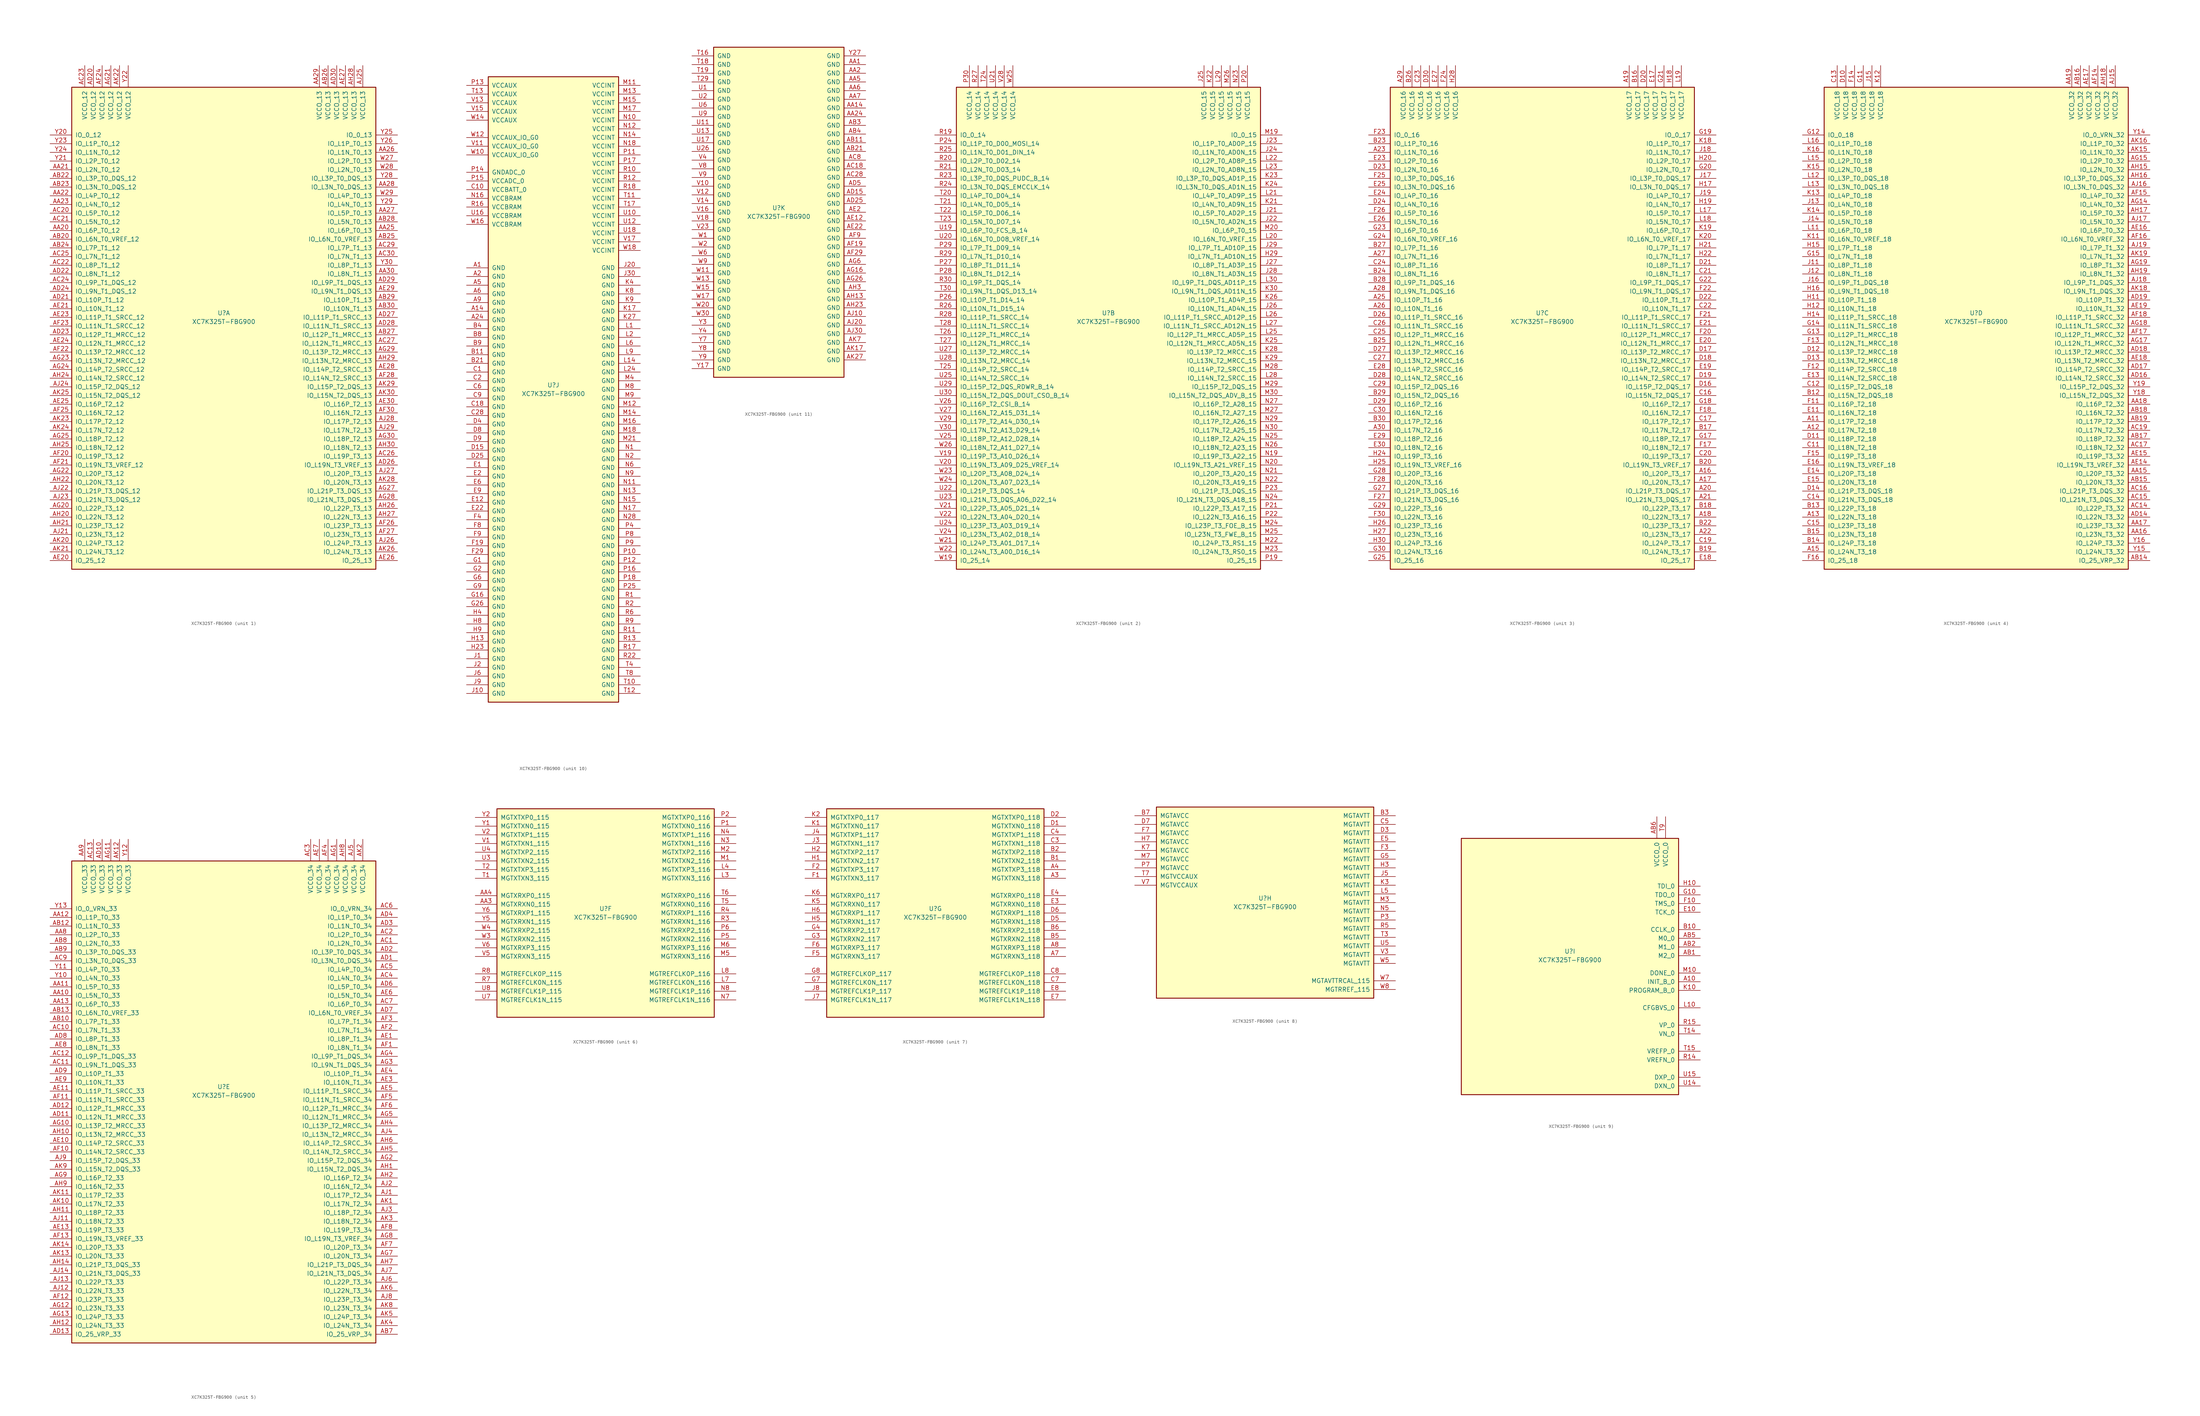
<source format=kicad_sym>
(kicad_symbol_lib
  (version 20211014)
  (generator kicad_symbol_editor)
  (symbol "XC7K325T-FBG900"
    (pin_names
      (offset 1.016))
    (property "Reference" "U"
      (at 0 1.27 0)
      (effects (font (size 1.27 1.27))))
    (property "Value" "XC7K325T-FBG900"
      (at 0 -1.27 0)
      (effects (font (size 1.27 1.27))))
    (property "Datasheet" ""
      (at 0 0 0)
      (effects (font (size 1.27 1.27))))
    (property "ki_locked" ""
      (at 0 0 0)
      (effects (font (size 1.27 1.27))))
    (symbol "XC7K325T-FBG900_1_1"
      (rectangle (start -44.45 67.31) (end 44.45 -73.66) (stroke (width 0.254) (type default) (color 0 0 0 0)) (fill (type background)))
      (pin bidirectional line (at -50.8 25.4 0) (length 6.35) (name "IO_L6P_T0_12" (effects (font (size 1.27 1.27)))) (number "AA20" (effects (font (size 1.27 1.27)))))
      (pin bidirectional line (at -50.8 43.18 0) (length 6.35) (name "IO_L2N_T0_12" (effects (font (size 1.27 1.27)))) (number "AA21" (effects (font (size 1.27 1.27)))))
      (pin bidirectional line (at -50.8 35.56 0) (length 6.35) (name "IO_L4P_T0_12" (effects (font (size 1.27 1.27)))) (number "AA22" (effects (font (size 1.27 1.27)))))
      (pin bidirectional line (at -50.8 33.02 0) (length 6.35) (name "IO_L4N_T0_12" (effects (font (size 1.27 1.27)))) (number "AA23" (effects (font (size 1.27 1.27)))))
      (pin bidirectional line (at 50.8 25.4 180) (length 6.35) (name "IO_L6P_T0_13" (effects (font (size 1.27 1.27)))) (number "AA25" (effects (font (size 1.27 1.27)))))
      (pin bidirectional line (at 50.8 48.26 180) (length 6.35) (name "IO_L1N_T0_13" (effects (font (size 1.27 1.27)))) (number "AA26" (effects (font (size 1.27 1.27)))))
      (pin bidirectional line (at 50.8 30.48 180) (length 6.35) (name "IO_L5P_T0_13" (effects (font (size 1.27 1.27)))) (number "AA27" (effects (font (size 1.27 1.27)))))
      (pin bidirectional line (at 50.8 38.1 180) (length 6.35) (name "IO_L3N_T0_DQS_13" (effects (font (size 1.27 1.27)))) (number "AA28" (effects (font (size 1.27 1.27)))))
      (pin power_in line (at 27.94 73.66 270) (length 6.35) (name "VCCO_13" (effects (font (size 1.27 1.27)))) (number "AA29" (effects (font (size 1.27 1.27)))))
      (pin bidirectional line (at 50.8 12.7 180) (length 6.35) (name "IO_L8N_T1_13" (effects (font (size 1.27 1.27)))) (number "AA30" (effects (font (size 1.27 1.27)))))
      (pin bidirectional line (at -50.8 22.86 0) (length 6.35) (name "IO_L6N_T0_VREF_12" (effects (font (size 1.27 1.27)))) (number "AB20" (effects (font (size 1.27 1.27)))))
      (pin bidirectional line (at -50.8 40.64 0) (length 6.35) (name "IO_L3P_T0_DQS_12" (effects (font (size 1.27 1.27)))) (number "AB22" (effects (font (size 1.27 1.27)))))
      (pin bidirectional line (at -50.8 38.1 0) (length 6.35) (name "IO_L3N_T0_DQS_12" (effects (font (size 1.27 1.27)))) (number "AB23" (effects (font (size 1.27 1.27)))))
      (pin bidirectional line (at -50.8 20.32 0) (length 6.35) (name "IO_L7P_T1_12" (effects (font (size 1.27 1.27)))) (number "AB24" (effects (font (size 1.27 1.27)))))
      (pin bidirectional line (at 50.8 22.86 180) (length 6.35) (name "IO_L6N_T0_VREF_13" (effects (font (size 1.27 1.27)))) (number "AB25" (effects (font (size 1.27 1.27)))))
      (pin power_in line (at 30.48 73.66 270) (length 6.35) (name "VCCO_13" (effects (font (size 1.27 1.27)))) (number "AB26" (effects (font (size 1.27 1.27)))))
      (pin bidirectional line (at 50.8 -5.08 180) (length 6.35) (name "IO_L12P_T1_MRCC_13" (effects (font (size 1.27 1.27)))) (number "AB27" (effects (font (size 1.27 1.27)))))
      (pin bidirectional line (at 50.8 27.94 180) (length 6.35) (name "IO_L5N_T0_13" (effects (font (size 1.27 1.27)))) (number "AB28" (effects (font (size 1.27 1.27)))))
      (pin bidirectional line (at 50.8 5.08 180) (length 6.35) (name "IO_L10P_T1_13" (effects (font (size 1.27 1.27)))) (number "AB29" (effects (font (size 1.27 1.27)))))
      (pin bidirectional line (at 50.8 2.54 180) (length 6.35) (name "IO_L10N_T1_13" (effects (font (size 1.27 1.27)))) (number "AB30" (effects (font (size 1.27 1.27)))))
      (pin bidirectional line (at -50.8 30.48 0) (length 6.35) (name "IO_L5P_T0_12" (effects (font (size 1.27 1.27)))) (number "AC20" (effects (font (size 1.27 1.27)))))
      (pin bidirectional line (at -50.8 27.94 0) (length 6.35) (name "IO_L5N_T0_12" (effects (font (size 1.27 1.27)))) (number "AC21" (effects (font (size 1.27 1.27)))))
      (pin bidirectional line (at -50.8 15.24 0) (length 6.35) (name "IO_L8P_T1_12" (effects (font (size 1.27 1.27)))) (number "AC22" (effects (font (size 1.27 1.27)))))
      (pin power_in line (at -40.64 73.66 270) (length 6.35) (name "VCCO_12" (effects (font (size 1.27 1.27)))) (number "AC23" (effects (font (size 1.27 1.27)))))
      (pin bidirectional line (at -50.8 10.16 0) (length 6.35) (name "IO_L9P_T1_DQS_12" (effects (font (size 1.27 1.27)))) (number "AC24" (effects (font (size 1.27 1.27)))))
      (pin bidirectional line (at -50.8 17.78 0) (length 6.35) (name "IO_L7N_T1_12" (effects (font (size 1.27 1.27)))) (number "AC25" (effects (font (size 1.27 1.27)))))
      (pin bidirectional line (at 50.8 -40.64 180) (length 6.35) (name "IO_L19P_T3_13" (effects (font (size 1.27 1.27)))) (number "AC26" (effects (font (size 1.27 1.27)))))
      (pin bidirectional line (at 50.8 -7.62 180) (length 6.35) (name "IO_L12N_T1_MRCC_13" (effects (font (size 1.27 1.27)))) (number "AC27" (effects (font (size 1.27 1.27)))))
      (pin bidirectional line (at 50.8 20.32 180) (length 6.35) (name "IO_L7P_T1_13" (effects (font (size 1.27 1.27)))) (number "AC29" (effects (font (size 1.27 1.27)))))
      (pin bidirectional line (at 50.8 17.78 180) (length 6.35) (name "IO_L7N_T1_13" (effects (font (size 1.27 1.27)))) (number "AC30" (effects (font (size 1.27 1.27)))))
      (pin power_in line (at -38.1 73.66 270) (length 6.35) (name "VCCO_12" (effects (font (size 1.27 1.27)))) (number "AD20" (effects (font (size 1.27 1.27)))))
      (pin bidirectional line (at -50.8 5.08 0) (length 6.35) (name "IO_L10P_T1_12" (effects (font (size 1.27 1.27)))) (number "AD21" (effects (font (size 1.27 1.27)))))
      (pin bidirectional line (at -50.8 12.7 0) (length 6.35) (name "IO_L8N_T1_12" (effects (font (size 1.27 1.27)))) (number "AD22" (effects (font (size 1.27 1.27)))))
      (pin bidirectional line (at -50.8 -5.08 0) (length 6.35) (name "IO_L12P_T1_MRCC_12" (effects (font (size 1.27 1.27)))) (number "AD23" (effects (font (size 1.27 1.27)))))
      (pin bidirectional line (at -50.8 7.62 0) (length 6.35) (name "IO_L9N_T1_DQS_12" (effects (font (size 1.27 1.27)))) (number "AD24" (effects (font (size 1.27 1.27)))))
      (pin bidirectional line (at 50.8 -43.18 180) (length 6.35) (name "IO_L19N_T3_VREF_13" (effects (font (size 1.27 1.27)))) (number "AD26" (effects (font (size 1.27 1.27)))))
      (pin bidirectional line (at 50.8 0 180) (length 6.35) (name "IO_L11P_T1_SRCC_13" (effects (font (size 1.27 1.27)))) (number "AD27" (effects (font (size 1.27 1.27)))))
      (pin bidirectional line (at 50.8 -2.54 180) (length 6.35) (name "IO_L11N_T1_SRCC_13" (effects (font (size 1.27 1.27)))) (number "AD28" (effects (font (size 1.27 1.27)))))
      (pin bidirectional line (at 50.8 10.16 180) (length 6.35) (name "IO_L9P_T1_DQS_13" (effects (font (size 1.27 1.27)))) (number "AD29" (effects (font (size 1.27 1.27)))))
      (pin power_in line (at 33.02 73.66 270) (length 6.35) (name "VCCO_13" (effects (font (size 1.27 1.27)))) (number "AD30" (effects (font (size 1.27 1.27)))))
      (pin bidirectional line (at -50.8 -71.12 0) (length 6.35) (name "IO_25_12" (effects (font (size 1.27 1.27)))) (number "AE20" (effects (font (size 1.27 1.27)))))
      (pin bidirectional line (at -50.8 2.54 0) (length 6.35) (name "IO_L10N_T1_12" (effects (font (size 1.27 1.27)))) (number "AE21" (effects (font (size 1.27 1.27)))))
      (pin bidirectional line (at -50.8 0 0) (length 6.35) (name "IO_L11P_T1_SRCC_12" (effects (font (size 1.27 1.27)))) (number "AE23" (effects (font (size 1.27 1.27)))))
      (pin bidirectional line (at -50.8 -7.62 0) (length 6.35) (name "IO_L12N_T1_MRCC_12" (effects (font (size 1.27 1.27)))) (number "AE24" (effects (font (size 1.27 1.27)))))
      (pin bidirectional line (at -50.8 -25.4 0) (length 6.35) (name "IO_L16P_T2_12" (effects (font (size 1.27 1.27)))) (number "AE25" (effects (font (size 1.27 1.27)))))
      (pin bidirectional line (at 50.8 -71.12 180) (length 6.35) (name "IO_25_13" (effects (font (size 1.27 1.27)))) (number "AE26" (effects (font (size 1.27 1.27)))))
      (pin power_in line (at 35.56 73.66 270) (length 6.35) (name "VCCO_13" (effects (font (size 1.27 1.27)))) (number "AE27" (effects (font (size 1.27 1.27)))))
      (pin bidirectional line (at 50.8 -15.24 180) (length 6.35) (name "IO_L14P_T2_SRCC_13" (effects (font (size 1.27 1.27)))) (number "AE28" (effects (font (size 1.27 1.27)))))
      (pin bidirectional line (at 50.8 7.62 180) (length 6.35) (name "IO_L9N_T1_DQS_13" (effects (font (size 1.27 1.27)))) (number "AE29" (effects (font (size 1.27 1.27)))))
      (pin bidirectional line (at 50.8 -25.4 180) (length 6.35) (name "IO_L16P_T2_13" (effects (font (size 1.27 1.27)))) (number "AE30" (effects (font (size 1.27 1.27)))))
      (pin bidirectional line (at -50.8 -40.64 0) (length 6.35) (name "IO_L19P_T3_12" (effects (font (size 1.27 1.27)))) (number "AF20" (effects (font (size 1.27 1.27)))))
      (pin bidirectional line (at -50.8 -43.18 0) (length 6.35) (name "IO_L19N_T3_VREF_12" (effects (font (size 1.27 1.27)))) (number "AF21" (effects (font (size 1.27 1.27)))))
      (pin bidirectional line (at -50.8 -10.16 0) (length 6.35) (name "IO_L13P_T2_MRCC_12" (effects (font (size 1.27 1.27)))) (number "AF22" (effects (font (size 1.27 1.27)))))
      (pin bidirectional line (at -50.8 -2.54 0) (length 6.35) (name "IO_L11N_T1_SRCC_12" (effects (font (size 1.27 1.27)))) (number "AF23" (effects (font (size 1.27 1.27)))))
      (pin power_in line (at -35.56 73.66 270) (length 6.35) (name "VCCO_12" (effects (font (size 1.27 1.27)))) (number "AF24" (effects (font (size 1.27 1.27)))))
      (pin bidirectional line (at -50.8 -27.94 0) (length 6.35) (name "IO_L16N_T2_12" (effects (font (size 1.27 1.27)))) (number "AF25" (effects (font (size 1.27 1.27)))))
      (pin bidirectional line (at 50.8 -60.96 180) (length 6.35) (name "IO_L23P_T3_13" (effects (font (size 1.27 1.27)))) (number "AF26" (effects (font (size 1.27 1.27)))))
      (pin bidirectional line (at 50.8 -63.5 180) (length 6.35) (name "IO_L23N_T3_13" (effects (font (size 1.27 1.27)))) (number "AF27" (effects (font (size 1.27 1.27)))))
      (pin bidirectional line (at 50.8 -17.78 180) (length 6.35) (name "IO_L14N_T2_SRCC_13" (effects (font (size 1.27 1.27)))) (number "AF28" (effects (font (size 1.27 1.27)))))
      (pin bidirectional line (at 50.8 -27.94 180) (length 6.35) (name "IO_L16N_T2_13" (effects (font (size 1.27 1.27)))) (number "AF30" (effects (font (size 1.27 1.27)))))
      (pin bidirectional line (at -50.8 -55.88 0) (length 6.35) (name "IO_L22P_T3_12" (effects (font (size 1.27 1.27)))) (number "AG20" (effects (font (size 1.27 1.27)))))
      (pin power_in line (at -33.02 73.66 270) (length 6.35) (name "VCCO_12" (effects (font (size 1.27 1.27)))) (number "AG21" (effects (font (size 1.27 1.27)))))
      (pin bidirectional line (at -50.8 -45.72 0) (length 6.35) (name "IO_L20P_T3_12" (effects (font (size 1.27 1.27)))) (number "AG22" (effects (font (size 1.27 1.27)))))
      (pin bidirectional line (at -50.8 -12.7 0) (length 6.35) (name "IO_L13N_T2_MRCC_12" (effects (font (size 1.27 1.27)))) (number "AG23" (effects (font (size 1.27 1.27)))))
      (pin bidirectional line (at -50.8 -15.24 0) (length 6.35) (name "IO_L14P_T2_SRCC_12" (effects (font (size 1.27 1.27)))) (number "AG24" (effects (font (size 1.27 1.27)))))
      (pin bidirectional line (at -50.8 -35.56 0) (length 6.35) (name "IO_L18P_T2_12" (effects (font (size 1.27 1.27)))) (number "AG25" (effects (font (size 1.27 1.27)))))
      (pin bidirectional line (at 50.8 -50.8 180) (length 6.35) (name "IO_L21P_T3_DQS_13" (effects (font (size 1.27 1.27)))) (number "AG27" (effects (font (size 1.27 1.27)))))
      (pin bidirectional line (at 50.8 -53.34 180) (length 6.35) (name "IO_L21N_T3_DQS_13" (effects (font (size 1.27 1.27)))) (number "AG28" (effects (font (size 1.27 1.27)))))
      (pin bidirectional line (at 50.8 -10.16 180) (length 6.35) (name "IO_L13P_T2_MRCC_13" (effects (font (size 1.27 1.27)))) (number "AG29" (effects (font (size 1.27 1.27)))))
      (pin bidirectional line (at 50.8 -35.56 180) (length 6.35) (name "IO_L18P_T2_13" (effects (font (size 1.27 1.27)))) (number "AG30" (effects (font (size 1.27 1.27)))))
      (pin bidirectional line (at -50.8 -58.42 0) (length 6.35) (name "IO_L22N_T3_12" (effects (font (size 1.27 1.27)))) (number "AH20" (effects (font (size 1.27 1.27)))))
      (pin bidirectional line (at -50.8 -60.96 0) (length 6.35) (name "IO_L23P_T3_12" (effects (font (size 1.27 1.27)))) (number "AH21" (effects (font (size 1.27 1.27)))))
      (pin bidirectional line (at -50.8 -48.26 0) (length 6.35) (name "IO_L20N_T3_12" (effects (font (size 1.27 1.27)))) (number "AH22" (effects (font (size 1.27 1.27)))))
      (pin bidirectional line (at -50.8 -17.78 0) (length 6.35) (name "IO_L14N_T2_SRCC_12" (effects (font (size 1.27 1.27)))) (number "AH24" (effects (font (size 1.27 1.27)))))
      (pin bidirectional line (at -50.8 -38.1 0) (length 6.35) (name "IO_L18N_T2_12" (effects (font (size 1.27 1.27)))) (number "AH25" (effects (font (size 1.27 1.27)))))
      (pin bidirectional line (at 50.8 -55.88 180) (length 6.35) (name "IO_L22P_T3_13" (effects (font (size 1.27 1.27)))) (number "AH26" (effects (font (size 1.27 1.27)))))
      (pin bidirectional line (at 50.8 -58.42 180) (length 6.35) (name "IO_L22N_T3_13" (effects (font (size 1.27 1.27)))) (number "AH27" (effects (font (size 1.27 1.27)))))
      (pin power_in line (at 38.1 73.66 270) (length 6.35) (name "VCCO_13" (effects (font (size 1.27 1.27)))) (number "AH28" (effects (font (size 1.27 1.27)))))
      (pin bidirectional line (at 50.8 -12.7 180) (length 6.35) (name "IO_L13N_T2_MRCC_13" (effects (font (size 1.27 1.27)))) (number "AH29" (effects (font (size 1.27 1.27)))))
      (pin bidirectional line (at 50.8 -38.1 180) (length 6.35) (name "IO_L18N_T2_13" (effects (font (size 1.27 1.27)))) (number "AH30" (effects (font (size 1.27 1.27)))))
      (pin bidirectional line (at -50.8 -63.5 0) (length 6.35) (name "IO_L23N_T3_12" (effects (font (size 1.27 1.27)))) (number "AJ21" (effects (font (size 1.27 1.27)))))
      (pin bidirectional line (at -50.8 -50.8 0) (length 6.35) (name "IO_L21P_T3_DQS_12" (effects (font (size 1.27 1.27)))) (number "AJ22" (effects (font (size 1.27 1.27)))))
      (pin bidirectional line (at -50.8 -53.34 0) (length 6.35) (name "IO_L21N_T3_DQS_12" (effects (font (size 1.27 1.27)))) (number "AJ23" (effects (font (size 1.27 1.27)))))
      (pin bidirectional line (at -50.8 -20.32 0) (length 6.35) (name "IO_L15P_T2_DQS_12" (effects (font (size 1.27 1.27)))) (number "AJ24" (effects (font (size 1.27 1.27)))))
      (pin power_in line (at 40.64 73.66 270) (length 6.35) (name "VCCO_13" (effects (font (size 1.27 1.27)))) (number "AJ25" (effects (font (size 1.27 1.27)))))
      (pin bidirectional line (at 50.8 -66.04 180) (length 6.35) (name "IO_L24P_T3_13" (effects (font (size 1.27 1.27)))) (number "AJ26" (effects (font (size 1.27 1.27)))))
      (pin bidirectional line (at 50.8 -45.72 180) (length 6.35) (name "IO_L20P_T3_13" (effects (font (size 1.27 1.27)))) (number "AJ27" (effects (font (size 1.27 1.27)))))
      (pin bidirectional line (at 50.8 -30.48 180) (length 6.35) (name "IO_L17P_T2_13" (effects (font (size 1.27 1.27)))) (number "AJ28" (effects (font (size 1.27 1.27)))))
      (pin bidirectional line (at 50.8 -33.02 180) (length 6.35) (name "IO_L17N_T2_13" (effects (font (size 1.27 1.27)))) (number "AJ29" (effects (font (size 1.27 1.27)))))
      (pin bidirectional line (at -50.8 -66.04 0) (length 6.35) (name "IO_L24P_T3_12" (effects (font (size 1.27 1.27)))) (number "AK20" (effects (font (size 1.27 1.27)))))
      (pin bidirectional line (at -50.8 -68.58 0) (length 6.35) (name "IO_L24N_T3_12" (effects (font (size 1.27 1.27)))) (number "AK21" (effects (font (size 1.27 1.27)))))
      (pin power_in line (at -30.48 73.66 270) (length 6.35) (name "VCCO_12" (effects (font (size 1.27 1.27)))) (number "AK22" (effects (font (size 1.27 1.27)))))
      (pin bidirectional line (at -50.8 -30.48 0) (length 6.35) (name "IO_L17P_T2_12" (effects (font (size 1.27 1.27)))) (number "AK23" (effects (font (size 1.27 1.27)))))
      (pin bidirectional line (at -50.8 -33.02 0) (length 6.35) (name "IO_L17N_T2_12" (effects (font (size 1.27 1.27)))) (number "AK24" (effects (font (size 1.27 1.27)))))
      (pin bidirectional line (at -50.8 -22.86 0) (length 6.35) (name "IO_L15N_T2_DQS_12" (effects (font (size 1.27 1.27)))) (number "AK25" (effects (font (size 1.27 1.27)))))
      (pin bidirectional line (at 50.8 -68.58 180) (length 6.35) (name "IO_L24N_T3_13" (effects (font (size 1.27 1.27)))) (number "AK26" (effects (font (size 1.27 1.27)))))
      (pin bidirectional line (at 50.8 -48.26 180) (length 6.35) (name "IO_L20N_T3_13" (effects (font (size 1.27 1.27)))) (number "AK28" (effects (font (size 1.27 1.27)))))
      (pin bidirectional line (at 50.8 -20.32 180) (length 6.35) (name "IO_L15P_T2_DQS_13" (effects (font (size 1.27 1.27)))) (number "AK29" (effects (font (size 1.27 1.27)))))
      (pin bidirectional line (at 50.8 -22.86 180) (length 6.35) (name "IO_L15N_T2_DQS_13" (effects (font (size 1.27 1.27)))) (number "AK30" (effects (font (size 1.27 1.27)))))
      (pin bidirectional line (at 50.8 45.72 180) (length 6.35) (name "IO_L2P_T0_13" (effects (font (size 1.27 1.27)))) (number "W27" (effects (font (size 1.27 1.27)))))
      (pin bidirectional line (at 50.8 43.18 180) (length 6.35) (name "IO_L2N_T0_13" (effects (font (size 1.27 1.27)))) (number "W28" (effects (font (size 1.27 1.27)))))
      (pin bidirectional line (at 50.8 35.56 180) (length 6.35) (name "IO_L4P_T0_13" (effects (font (size 1.27 1.27)))) (number "W29" (effects (font (size 1.27 1.27)))))
      (pin bidirectional line (at -50.8 53.34 0) (length 6.35) (name "IO_0_12" (effects (font (size 1.27 1.27)))) (number "Y20" (effects (font (size 1.27 1.27)))))
      (pin bidirectional line (at -50.8 45.72 0) (length 6.35) (name "IO_L2P_T0_12" (effects (font (size 1.27 1.27)))) (number "Y21" (effects (font (size 1.27 1.27)))))
      (pin power_in line (at -27.94 73.66 270) (length 6.35) (name "VCCO_12" (effects (font (size 1.27 1.27)))) (number "Y22" (effects (font (size 1.27 1.27)))))
      (pin bidirectional line (at -50.8 50.8 0) (length 6.35) (name "IO_L1P_T0_12" (effects (font (size 1.27 1.27)))) (number "Y23" (effects (font (size 1.27 1.27)))))
      (pin bidirectional line (at -50.8 48.26 0) (length 6.35) (name "IO_L1N_T0_12" (effects (font (size 1.27 1.27)))) (number "Y24" (effects (font (size 1.27 1.27)))))
      (pin bidirectional line (at 50.8 53.34 180) (length 6.35) (name "IO_0_13" (effects (font (size 1.27 1.27)))) (number "Y25" (effects (font (size 1.27 1.27)))))
      (pin bidirectional line (at 50.8 50.8 180) (length 6.35) (name "IO_L1P_T0_13" (effects (font (size 1.27 1.27)))) (number "Y26" (effects (font (size 1.27 1.27)))))
      (pin bidirectional line (at 50.8 40.64 180) (length 6.35) (name "IO_L3P_T0_DQS_13" (effects (font (size 1.27 1.27)))) (number "Y28" (effects (font (size 1.27 1.27)))))
      (pin bidirectional line (at 50.8 33.02 180) (length 6.35) (name "IO_L4N_T0_13" (effects (font (size 1.27 1.27)))) (number "Y29" (effects (font (size 1.27 1.27)))))
      (pin bidirectional line (at 50.8 15.24 180) (length 6.35) (name "IO_L8P_T1_13" (effects (font (size 1.27 1.27)))) (number "Y30" (effects (font (size 1.27 1.27))))))
    (symbol "XC7K325T-FBG900_2_1"
      (rectangle (start -44.45 67.31) (end 44.45 -73.66) (stroke (width 0.254) (type default) (color 0 0 0 0)) (fill (type background)))
      (pin bidirectional line (at 50.8 17.78 180) (length 6.35) (name "IO_L7N_T1_AD10N_15" (effects (font (size 1.27 1.27)))) (number "H29" (effects (font (size 1.27 1.27)))))
      (pin bidirectional line (at 50.8 30.48 180) (length 6.35) (name "IO_L5P_T0_AD2P_15" (effects (font (size 1.27 1.27)))) (number "J21" (effects (font (size 1.27 1.27)))))
      (pin bidirectional line (at 50.8 27.94 180) (length 6.35) (name "IO_L5N_T0_AD2N_15" (effects (font (size 1.27 1.27)))) (number "J22" (effects (font (size 1.27 1.27)))))
      (pin bidirectional line (at 50.8 50.8 180) (length 6.35) (name "IO_L1P_T0_AD0P_15" (effects (font (size 1.27 1.27)))) (number "J23" (effects (font (size 1.27 1.27)))))
      (pin bidirectional line (at 50.8 48.26 180) (length 6.35) (name "IO_L1N_T0_AD0N_15" (effects (font (size 1.27 1.27)))) (number "J24" (effects (font (size 1.27 1.27)))))
      (pin power_in line (at 27.94 73.66 270) (length 6.35) (name "VCCO_15" (effects (font (size 1.27 1.27)))) (number "J25" (effects (font (size 1.27 1.27)))))
      (pin bidirectional line (at 50.8 2.54 180) (length 6.35) (name "IO_L10N_T1_AD4N_15" (effects (font (size 1.27 1.27)))) (number "J26" (effects (font (size 1.27 1.27)))))
      (pin bidirectional line (at 50.8 15.24 180) (length 6.35) (name "IO_L8P_T1_AD3P_15" (effects (font (size 1.27 1.27)))) (number "J27" (effects (font (size 1.27 1.27)))))
      (pin bidirectional line (at 50.8 12.7 180) (length 6.35) (name "IO_L8N_T1_AD3N_15" (effects (font (size 1.27 1.27)))) (number "J28" (effects (font (size 1.27 1.27)))))
      (pin bidirectional line (at 50.8 20.32 180) (length 6.35) (name "IO_L7P_T1_AD10P_15" (effects (font (size 1.27 1.27)))) (number "J29" (effects (font (size 1.27 1.27)))))
      (pin bidirectional line (at 50.8 33.02 180) (length 6.35) (name "IO_L4N_T0_AD9N_15" (effects (font (size 1.27 1.27)))) (number "K21" (effects (font (size 1.27 1.27)))))
      (pin power_in line (at 30.48 73.66 270) (length 6.35) (name "VCCO_15" (effects (font (size 1.27 1.27)))) (number "K22" (effects (font (size 1.27 1.27)))))
      (pin bidirectional line (at 50.8 40.64 180) (length 6.35) (name "IO_L3P_T0_DQS_AD1P_15" (effects (font (size 1.27 1.27)))) (number "K23" (effects (font (size 1.27 1.27)))))
      (pin bidirectional line (at 50.8 38.1 180) (length 6.35) (name "IO_L3N_T0_DQS_AD1N_15" (effects (font (size 1.27 1.27)))) (number "K24" (effects (font (size 1.27 1.27)))))
      (pin bidirectional line (at 50.8 -7.62 180) (length 6.35) (name "IO_L12N_T1_MRCC_AD5N_15" (effects (font (size 1.27 1.27)))) (number "K25" (effects (font (size 1.27 1.27)))))
      (pin bidirectional line (at 50.8 5.08 180) (length 6.35) (name "IO_L10P_T1_AD4P_15" (effects (font (size 1.27 1.27)))) (number "K26" (effects (font (size 1.27 1.27)))))
      (pin bidirectional line (at 50.8 -10.16 180) (length 6.35) (name "IO_L13P_T2_MRCC_15" (effects (font (size 1.27 1.27)))) (number "K28" (effects (font (size 1.27 1.27)))))
      (pin bidirectional line (at 50.8 -12.7 180) (length 6.35) (name "IO_L13N_T2_MRCC_15" (effects (font (size 1.27 1.27)))) (number "K29" (effects (font (size 1.27 1.27)))))
      (pin bidirectional line (at 50.8 7.62 180) (length 6.35) (name "IO_L9N_T1_DQS_AD11N_15" (effects (font (size 1.27 1.27)))) (number "K30" (effects (font (size 1.27 1.27)))))
      (pin bidirectional line (at 50.8 22.86 180) (length 6.35) (name "IO_L6N_T0_VREF_15" (effects (font (size 1.27 1.27)))) (number "L20" (effects (font (size 1.27 1.27)))))
      (pin bidirectional line (at 50.8 35.56 180) (length 6.35) (name "IO_L4P_T0_AD9P_15" (effects (font (size 1.27 1.27)))) (number "L21" (effects (font (size 1.27 1.27)))))
      (pin bidirectional line (at 50.8 45.72 180) (length 6.35) (name "IO_L2P_T0_AD8P_15" (effects (font (size 1.27 1.27)))) (number "L22" (effects (font (size 1.27 1.27)))))
      (pin bidirectional line (at 50.8 43.18 180) (length 6.35) (name "IO_L2N_T0_AD8N_15" (effects (font (size 1.27 1.27)))) (number "L23" (effects (font (size 1.27 1.27)))))
      (pin bidirectional line (at 50.8 -5.08 180) (length 6.35) (name "IO_L12P_T1_MRCC_AD5P_15" (effects (font (size 1.27 1.27)))) (number "L25" (effects (font (size 1.27 1.27)))))
      (pin bidirectional line (at 50.8 0 180) (length 6.35) (name "IO_L11P_T1_SRCC_AD12P_15" (effects (font (size 1.27 1.27)))) (number "L26" (effects (font (size 1.27 1.27)))))
      (pin bidirectional line (at 50.8 -2.54 180) (length 6.35) (name "IO_L11N_T1_SRCC_AD12N_15" (effects (font (size 1.27 1.27)))) (number "L27" (effects (font (size 1.27 1.27)))))
      (pin bidirectional line (at 50.8 -17.78 180) (length 6.35) (name "IO_L14N_T2_SRCC_15" (effects (font (size 1.27 1.27)))) (number "L28" (effects (font (size 1.27 1.27)))))
      (pin power_in line (at 33.02 73.66 270) (length 6.35) (name "VCCO_15" (effects (font (size 1.27 1.27)))) (number "L29" (effects (font (size 1.27 1.27)))))
      (pin bidirectional line (at 50.8 10.16 180) (length 6.35) (name "IO_L9P_T1_DQS_AD11P_15" (effects (font (size 1.27 1.27)))) (number "L30" (effects (font (size 1.27 1.27)))))
      (pin bidirectional line (at 50.8 53.34 180) (length 6.35) (name "IO_0_15" (effects (font (size 1.27 1.27)))) (number "M19" (effects (font (size 1.27 1.27)))))
      (pin bidirectional line (at 50.8 25.4 180) (length 6.35) (name "IO_L6P_T0_15" (effects (font (size 1.27 1.27)))) (number "M20" (effects (font (size 1.27 1.27)))))
      (pin bidirectional line (at 50.8 -66.04 180) (length 6.35) (name "IO_L24P_T3_RS1_15" (effects (font (size 1.27 1.27)))) (number "M22" (effects (font (size 1.27 1.27)))))
      (pin bidirectional line (at 50.8 -68.58 180) (length 6.35) (name "IO_L24N_T3_RS0_15" (effects (font (size 1.27 1.27)))) (number "M23" (effects (font (size 1.27 1.27)))))
      (pin bidirectional line (at 50.8 -60.96 180) (length 6.35) (name "IO_L23P_T3_FOE_B_15" (effects (font (size 1.27 1.27)))) (number "M24" (effects (font (size 1.27 1.27)))))
      (pin bidirectional line (at 50.8 -63.5 180) (length 6.35) (name "IO_L23N_T3_FWE_B_15" (effects (font (size 1.27 1.27)))) (number "M25" (effects (font (size 1.27 1.27)))))
      (pin power_in line (at 35.56 73.66 270) (length 6.35) (name "VCCO_15" (effects (font (size 1.27 1.27)))) (number "M26" (effects (font (size 1.27 1.27)))))
      (pin bidirectional line (at 50.8 -27.94 180) (length 6.35) (name "IO_L16N_T2_A27_15" (effects (font (size 1.27 1.27)))) (number "M27" (effects (font (size 1.27 1.27)))))
      (pin bidirectional line (at 50.8 -15.24 180) (length 6.35) (name "IO_L14P_T2_SRCC_15" (effects (font (size 1.27 1.27)))) (number "M28" (effects (font (size 1.27 1.27)))))
      (pin bidirectional line (at 50.8 -20.32 180) (length 6.35) (name "IO_L15P_T2_DQS_15" (effects (font (size 1.27 1.27)))) (number "M29" (effects (font (size 1.27 1.27)))))
      (pin bidirectional line (at 50.8 -22.86 180) (length 6.35) (name "IO_L15N_T2_DQS_ADV_B_15" (effects (font (size 1.27 1.27)))) (number "M30" (effects (font (size 1.27 1.27)))))
      (pin bidirectional line (at 50.8 -40.64 180) (length 6.35) (name "IO_L19P_T3_A22_15" (effects (font (size 1.27 1.27)))) (number "N19" (effects (font (size 1.27 1.27)))))
      (pin bidirectional line (at 50.8 -43.18 180) (length 6.35) (name "IO_L19N_T3_A21_VREF_15" (effects (font (size 1.27 1.27)))) (number "N20" (effects (font (size 1.27 1.27)))))
      (pin bidirectional line (at 50.8 -45.72 180) (length 6.35) (name "IO_L20P_T3_A20_15" (effects (font (size 1.27 1.27)))) (number "N21" (effects (font (size 1.27 1.27)))))
      (pin bidirectional line (at 50.8 -48.26 180) (length 6.35) (name "IO_L20N_T3_A19_15" (effects (font (size 1.27 1.27)))) (number "N22" (effects (font (size 1.27 1.27)))))
      (pin power_in line (at 38.1 73.66 270) (length 6.35) (name "VCCO_15" (effects (font (size 1.27 1.27)))) (number "N23" (effects (font (size 1.27 1.27)))))
      (pin bidirectional line (at 50.8 -53.34 180) (length 6.35) (name "IO_L21N_T3_DQS_A18_15" (effects (font (size 1.27 1.27)))) (number "N24" (effects (font (size 1.27 1.27)))))
      (pin bidirectional line (at 50.8 -35.56 180) (length 6.35) (name "IO_L18P_T2_A24_15" (effects (font (size 1.27 1.27)))) (number "N25" (effects (font (size 1.27 1.27)))))
      (pin bidirectional line (at 50.8 -38.1 180) (length 6.35) (name "IO_L18N_T2_A23_15" (effects (font (size 1.27 1.27)))) (number "N26" (effects (font (size 1.27 1.27)))))
      (pin bidirectional line (at 50.8 -25.4 180) (length 6.35) (name "IO_L16P_T2_A28_15" (effects (font (size 1.27 1.27)))) (number "N27" (effects (font (size 1.27 1.27)))))
      (pin bidirectional line (at 50.8 -30.48 180) (length 6.35) (name "IO_L17P_T2_A26_15" (effects (font (size 1.27 1.27)))) (number "N29" (effects (font (size 1.27 1.27)))))
      (pin bidirectional line (at 50.8 -33.02 180) (length 6.35) (name "IO_L17N_T2_A25_15" (effects (font (size 1.27 1.27)))) (number "N30" (effects (font (size 1.27 1.27)))))
      (pin bidirectional line (at 50.8 -71.12 180) (length 6.35) (name "IO_25_15" (effects (font (size 1.27 1.27)))) (number "P19" (effects (font (size 1.27 1.27)))))
      (pin power_in line (at 40.64 73.66 270) (length 6.35) (name "VCCO_15" (effects (font (size 1.27 1.27)))) (number "P20" (effects (font (size 1.27 1.27)))))
      (pin bidirectional line (at 50.8 -55.88 180) (length 6.35) (name "IO_L22P_T3_A17_15" (effects (font (size 1.27 1.27)))) (number "P21" (effects (font (size 1.27 1.27)))))
      (pin bidirectional line (at 50.8 -58.42 180) (length 6.35) (name "IO_L22N_T3_A16_15" (effects (font (size 1.27 1.27)))) (number "P22" (effects (font (size 1.27 1.27)))))
      (pin bidirectional line (at 50.8 -50.8 180) (length 6.35) (name "IO_L21P_T3_DQS_15" (effects (font (size 1.27 1.27)))) (number "P23" (effects (font (size 1.27 1.27)))))
      (pin bidirectional line (at -50.8 50.8 0) (length 6.35) (name "IO_L1P_T0_D00_MOSI_14" (effects (font (size 1.27 1.27)))) (number "P24" (effects (font (size 1.27 1.27)))))
      (pin bidirectional line (at -50.8 5.08 0) (length 6.35) (name "IO_L10P_T1_D14_14" (effects (font (size 1.27 1.27)))) (number "P26" (effects (font (size 1.27 1.27)))))
      (pin bidirectional line (at -50.8 15.24 0) (length 6.35) (name "IO_L8P_T1_D11_14" (effects (font (size 1.27 1.27)))) (number "P27" (effects (font (size 1.27 1.27)))))
      (pin bidirectional line (at -50.8 12.7 0) (length 6.35) (name "IO_L8N_T1_D12_14" (effects (font (size 1.27 1.27)))) (number "P28" (effects (font (size 1.27 1.27)))))
      (pin bidirectional line (at -50.8 20.32 0) (length 6.35) (name "IO_L7P_T1_D09_14" (effects (font (size 1.27 1.27)))) (number "P29" (effects (font (size 1.27 1.27)))))
      (pin power_in line (at -40.64 73.66 270) (length 6.35) (name "VCCO_14" (effects (font (size 1.27 1.27)))) (number "P30" (effects (font (size 1.27 1.27)))))
      (pin bidirectional line (at -50.8 53.34 0) (length 6.35) (name "IO_0_14" (effects (font (size 1.27 1.27)))) (number "R19" (effects (font (size 1.27 1.27)))))
      (pin bidirectional line (at -50.8 45.72 0) (length 6.35) (name "IO_L2P_T0_D02_14" (effects (font (size 1.27 1.27)))) (number "R20" (effects (font (size 1.27 1.27)))))
      (pin bidirectional line (at -50.8 43.18 0) (length 6.35) (name "IO_L2N_T0_D03_14" (effects (font (size 1.27 1.27)))) (number "R21" (effects (font (size 1.27 1.27)))))
      (pin bidirectional line (at -50.8 40.64 0) (length 6.35) (name "IO_L3P_T0_DQS_PUDC_B_14" (effects (font (size 1.27 1.27)))) (number "R23" (effects (font (size 1.27 1.27)))))
      (pin bidirectional line (at -50.8 38.1 0) (length 6.35) (name "IO_L3N_T0_DQS_EMCCLK_14" (effects (font (size 1.27 1.27)))) (number "R24" (effects (font (size 1.27 1.27)))))
      (pin bidirectional line (at -50.8 48.26 0) (length 6.35) (name "IO_L1N_T0_D01_DIN_14" (effects (font (size 1.27 1.27)))) (number "R25" (effects (font (size 1.27 1.27)))))
      (pin bidirectional line (at -50.8 2.54 0) (length 6.35) (name "IO_L10N_T1_D15_14" (effects (font (size 1.27 1.27)))) (number "R26" (effects (font (size 1.27 1.27)))))
      (pin power_in line (at -38.1 73.66 270) (length 6.35) (name "VCCO_14" (effects (font (size 1.27 1.27)))) (number "R27" (effects (font (size 1.27 1.27)))))
      (pin bidirectional line (at -50.8 0 0) (length 6.35) (name "IO_L11P_T1_SRCC_14" (effects (font (size 1.27 1.27)))) (number "R28" (effects (font (size 1.27 1.27)))))
      (pin bidirectional line (at -50.8 17.78 0) (length 6.35) (name "IO_L7N_T1_D10_14" (effects (font (size 1.27 1.27)))) (number "R29" (effects (font (size 1.27 1.27)))))
      (pin bidirectional line (at -50.8 10.16 0) (length 6.35) (name "IO_L9P_T1_DQS_14" (effects (font (size 1.27 1.27)))) (number "R30" (effects (font (size 1.27 1.27)))))
      (pin bidirectional line (at -50.8 35.56 0) (length 6.35) (name "IO_L4P_T0_D04_14" (effects (font (size 1.27 1.27)))) (number "T20" (effects (font (size 1.27 1.27)))))
      (pin bidirectional line (at -50.8 33.02 0) (length 6.35) (name "IO_L4N_T0_D05_14" (effects (font (size 1.27 1.27)))) (number "T21" (effects (font (size 1.27 1.27)))))
      (pin bidirectional line (at -50.8 30.48 0) (length 6.35) (name "IO_L5P_T0_D06_14" (effects (font (size 1.27 1.27)))) (number "T22" (effects (font (size 1.27 1.27)))))
      (pin bidirectional line (at -50.8 27.94 0) (length 6.35) (name "IO_L5N_T0_D07_14" (effects (font (size 1.27 1.27)))) (number "T23" (effects (font (size 1.27 1.27)))))
      (pin power_in line (at -35.56 73.66 270) (length 6.35) (name "VCCO_14" (effects (font (size 1.27 1.27)))) (number "T24" (effects (font (size 1.27 1.27)))))
      (pin bidirectional line (at -50.8 -15.24 0) (length 6.35) (name "IO_L14P_T2_SRCC_14" (effects (font (size 1.27 1.27)))) (number "T25" (effects (font (size 1.27 1.27)))))
      (pin bidirectional line (at -50.8 -5.08 0) (length 6.35) (name "IO_L12P_T1_MRCC_14" (effects (font (size 1.27 1.27)))) (number "T26" (effects (font (size 1.27 1.27)))))
      (pin bidirectional line (at -50.8 -7.62 0) (length 6.35) (name "IO_L12N_T1_MRCC_14" (effects (font (size 1.27 1.27)))) (number "T27" (effects (font (size 1.27 1.27)))))
      (pin bidirectional line (at -50.8 -2.54 0) (length 6.35) (name "IO_L11N_T1_SRCC_14" (effects (font (size 1.27 1.27)))) (number "T28" (effects (font (size 1.27 1.27)))))
      (pin bidirectional line (at -50.8 7.62 0) (length 6.35) (name "IO_L9N_T1_DQS_D13_14" (effects (font (size 1.27 1.27)))) (number "T30" (effects (font (size 1.27 1.27)))))
      (pin bidirectional line (at -50.8 25.4 0) (length 6.35) (name "IO_L6P_T0_FCS_B_14" (effects (font (size 1.27 1.27)))) (number "U19" (effects (font (size 1.27 1.27)))))
      (pin bidirectional line (at -50.8 22.86 0) (length 6.35) (name "IO_L6N_T0_D08_VREF_14" (effects (font (size 1.27 1.27)))) (number "U20" (effects (font (size 1.27 1.27)))))
      (pin power_in line (at -33.02 73.66 270) (length 6.35) (name "VCCO_14" (effects (font (size 1.27 1.27)))) (number "U21" (effects (font (size 1.27 1.27)))))
      (pin bidirectional line (at -50.8 -50.8 0) (length 6.35) (name "IO_L21P_T3_DQS_14" (effects (font (size 1.27 1.27)))) (number "U22" (effects (font (size 1.27 1.27)))))
      (pin bidirectional line (at -50.8 -53.34 0) (length 6.35) (name "IO_L21N_T3_DQS_A06_D22_14" (effects (font (size 1.27 1.27)))) (number "U23" (effects (font (size 1.27 1.27)))))
      (pin bidirectional line (at -50.8 -60.96 0) (length 6.35) (name "IO_L23P_T3_A03_D19_14" (effects (font (size 1.27 1.27)))) (number "U24" (effects (font (size 1.27 1.27)))))
      (pin bidirectional line (at -50.8 -17.78 0) (length 6.35) (name "IO_L14N_T2_SRCC_14" (effects (font (size 1.27 1.27)))) (number "U25" (effects (font (size 1.27 1.27)))))
      (pin bidirectional line (at -50.8 -10.16 0) (length 6.35) (name "IO_L13P_T2_MRCC_14" (effects (font (size 1.27 1.27)))) (number "U27" (effects (font (size 1.27 1.27)))))
      (pin bidirectional line (at -50.8 -12.7 0) (length 6.35) (name "IO_L13N_T2_MRCC_14" (effects (font (size 1.27 1.27)))) (number "U28" (effects (font (size 1.27 1.27)))))
      (pin bidirectional line (at -50.8 -20.32 0) (length 6.35) (name "IO_L15P_T2_DQS_RDWR_B_14" (effects (font (size 1.27 1.27)))) (number "U29" (effects (font (size 1.27 1.27)))))
      (pin bidirectional line (at -50.8 -22.86 0) (length 6.35) (name "IO_L15N_T2_DQS_DOUT_CSO_B_14" (effects (font (size 1.27 1.27)))) (number "U30" (effects (font (size 1.27 1.27)))))
      (pin bidirectional line (at -50.8 -40.64 0) (length 6.35) (name "IO_L19P_T3_A10_D26_14" (effects (font (size 1.27 1.27)))) (number "V19" (effects (font (size 1.27 1.27)))))
      (pin bidirectional line (at -50.8 -43.18 0) (length 6.35) (name "IO_L19N_T3_A09_D25_VREF_14" (effects (font (size 1.27 1.27)))) (number "V20" (effects (font (size 1.27 1.27)))))
      (pin bidirectional line (at -50.8 -55.88 0) (length 6.35) (name "IO_L22P_T3_A05_D21_14" (effects (font (size 1.27 1.27)))) (number "V21" (effects (font (size 1.27 1.27)))))
      (pin bidirectional line (at -50.8 -58.42 0) (length 6.35) (name "IO_L22N_T3_A04_D20_14" (effects (font (size 1.27 1.27)))) (number "V22" (effects (font (size 1.27 1.27)))))
      (pin bidirectional line (at -50.8 -63.5 0) (length 6.35) (name "IO_L23N_T3_A02_D18_14" (effects (font (size 1.27 1.27)))) (number "V24" (effects (font (size 1.27 1.27)))))
      (pin bidirectional line (at -50.8 -35.56 0) (length 6.35) (name "IO_L18P_T2_A12_D28_14" (effects (font (size 1.27 1.27)))) (number "V25" (effects (font (size 1.27 1.27)))))
      (pin bidirectional line (at -50.8 -25.4 0) (length 6.35) (name "IO_L16P_T2_CSI_B_14" (effects (font (size 1.27 1.27)))) (number "V26" (effects (font (size 1.27 1.27)))))
      (pin bidirectional line (at -50.8 -27.94 0) (length 6.35) (name "IO_L16N_T2_A15_D31_14" (effects (font (size 1.27 1.27)))) (number "V27" (effects (font (size 1.27 1.27)))))
      (pin power_in line (at -30.48 73.66 270) (length 6.35) (name "VCCO_14" (effects (font (size 1.27 1.27)))) (number "V28" (effects (font (size 1.27 1.27)))))
      (pin bidirectional line (at -50.8 -30.48 0) (length 6.35) (name "IO_L17P_T2_A14_D30_14" (effects (font (size 1.27 1.27)))) (number "V29" (effects (font (size 1.27 1.27)))))
      (pin bidirectional line (at -50.8 -33.02 0) (length 6.35) (name "IO_L17N_T2_A13_D29_14" (effects (font (size 1.27 1.27)))) (number "V30" (effects (font (size 1.27 1.27)))))
      (pin bidirectional line (at -50.8 -71.12 0) (length 6.35) (name "IO_25_14" (effects (font (size 1.27 1.27)))) (number "W19" (effects (font (size 1.27 1.27)))))
      (pin bidirectional line (at -50.8 -66.04 0) (length 6.35) (name "IO_L24P_T3_A01_D17_14" (effects (font (size 1.27 1.27)))) (number "W21" (effects (font (size 1.27 1.27)))))
      (pin bidirectional line (at -50.8 -68.58 0) (length 6.35) (name "IO_L24N_T3_A00_D16_14" (effects (font (size 1.27 1.27)))) (number "W22" (effects (font (size 1.27 1.27)))))
      (pin bidirectional line (at -50.8 -45.72 0) (length 6.35) (name "IO_L20P_T3_A08_D24_14" (effects (font (size 1.27 1.27)))) (number "W23" (effects (font (size 1.27 1.27)))))
      (pin bidirectional line (at -50.8 -48.26 0) (length 6.35) (name "IO_L20N_T3_A07_D23_14" (effects (font (size 1.27 1.27)))) (number "W24" (effects (font (size 1.27 1.27)))))
      (pin power_in line (at -27.94 73.66 270) (length 6.35) (name "VCCO_14" (effects (font (size 1.27 1.27)))) (number "W25" (effects (font (size 1.27 1.27)))))
      (pin bidirectional line (at -50.8 -38.1 0) (length 6.35) (name "IO_L18N_T2_A11_D27_14" (effects (font (size 1.27 1.27)))) (number "W26" (effects (font (size 1.27 1.27))))))
    (symbol "XC7K325T-FBG900_3_1"
      (rectangle (start -44.45 67.31) (end 44.45 -73.66) (stroke (width 0.254) (type default) (color 0 0 0 0)) (fill (type background)))
      (pin bidirectional line (at 50.8 -45.72 180) (length 6.35) (name "IO_L20P_T3_17" (effects (font (size 1.27 1.27)))) (number "A16" (effects (font (size 1.27 1.27)))))
      (pin bidirectional line (at 50.8 -48.26 180) (length 6.35) (name "IO_L20N_T3_17" (effects (font (size 1.27 1.27)))) (number "A17" (effects (font (size 1.27 1.27)))))
      (pin bidirectional line (at 50.8 -58.42 180) (length 6.35) (name "IO_L22N_T3_17" (effects (font (size 1.27 1.27)))) (number "A18" (effects (font (size 1.27 1.27)))))
      (pin power_in line (at 25.4 73.66 270) (length 6.35) (name "VCCO_17" (effects (font (size 1.27 1.27)))) (number "A19" (effects (font (size 1.27 1.27)))))
      (pin bidirectional line (at 50.8 -50.8 180) (length 6.35) (name "IO_L21P_T3_DQS_17" (effects (font (size 1.27 1.27)))) (number "A20" (effects (font (size 1.27 1.27)))))
      (pin bidirectional line (at 50.8 -53.34 180) (length 6.35) (name "IO_L21N_T3_DQS_17" (effects (font (size 1.27 1.27)))) (number "A21" (effects (font (size 1.27 1.27)))))
      (pin bidirectional line (at 50.8 -63.5 180) (length 6.35) (name "IO_L23N_T3_17" (effects (font (size 1.27 1.27)))) (number "A22" (effects (font (size 1.27 1.27)))))
      (pin bidirectional line (at -50.8 48.26 0) (length 6.35) (name "IO_L1N_T0_16" (effects (font (size 1.27 1.27)))) (number "A23" (effects (font (size 1.27 1.27)))))
      (pin bidirectional line (at -50.8 5.08 0) (length 6.35) (name "IO_L10P_T1_16" (effects (font (size 1.27 1.27)))) (number "A25" (effects (font (size 1.27 1.27)))))
      (pin bidirectional line (at -50.8 2.54 0) (length 6.35) (name "IO_L10N_T1_16" (effects (font (size 1.27 1.27)))) (number "A26" (effects (font (size 1.27 1.27)))))
      (pin bidirectional line (at -50.8 17.78 0) (length 6.35) (name "IO_L7N_T1_16" (effects (font (size 1.27 1.27)))) (number "A27" (effects (font (size 1.27 1.27)))))
      (pin bidirectional line (at -50.8 7.62 0) (length 6.35) (name "IO_L9N_T1_DQS_16" (effects (font (size 1.27 1.27)))) (number "A28" (effects (font (size 1.27 1.27)))))
      (pin power_in line (at -40.64 73.66 270) (length 6.35) (name "VCCO_16" (effects (font (size 1.27 1.27)))) (number "A29" (effects (font (size 1.27 1.27)))))
      (pin bidirectional line (at -50.8 -33.02 0) (length 6.35) (name "IO_L17N_T2_16" (effects (font (size 1.27 1.27)))) (number "A30" (effects (font (size 1.27 1.27)))))
      (pin power_in line (at 27.94 73.66 270) (length 6.35) (name "VCCO_17" (effects (font (size 1.27 1.27)))) (number "B16" (effects (font (size 1.27 1.27)))))
      (pin bidirectional line (at 50.8 -33.02 180) (length 6.35) (name "IO_L17N_T2_17" (effects (font (size 1.27 1.27)))) (number "B17" (effects (font (size 1.27 1.27)))))
      (pin bidirectional line (at 50.8 -55.88 180) (length 6.35) (name "IO_L22P_T3_17" (effects (font (size 1.27 1.27)))) (number "B18" (effects (font (size 1.27 1.27)))))
      (pin bidirectional line (at 50.8 -68.58 180) (length 6.35) (name "IO_L24N_T3_17" (effects (font (size 1.27 1.27)))) (number "B19" (effects (font (size 1.27 1.27)))))
      (pin bidirectional line (at 50.8 -43.18 180) (length 6.35) (name "IO_L19N_T3_VREF_17" (effects (font (size 1.27 1.27)))) (number "B20" (effects (font (size 1.27 1.27)))))
      (pin bidirectional line (at 50.8 -60.96 180) (length 6.35) (name "IO_L23P_T3_17" (effects (font (size 1.27 1.27)))) (number "B22" (effects (font (size 1.27 1.27)))))
      (pin bidirectional line (at -50.8 50.8 0) (length 6.35) (name "IO_L1P_T0_16" (effects (font (size 1.27 1.27)))) (number "B23" (effects (font (size 1.27 1.27)))))
      (pin bidirectional line (at -50.8 12.7 0) (length 6.35) (name "IO_L8N_T1_16" (effects (font (size 1.27 1.27)))) (number "B24" (effects (font (size 1.27 1.27)))))
      (pin bidirectional line (at -50.8 -7.62 0) (length 6.35) (name "IO_L12N_T1_MRCC_16" (effects (font (size 1.27 1.27)))) (number "B25" (effects (font (size 1.27 1.27)))))
      (pin power_in line (at -38.1 73.66 270) (length 6.35) (name "VCCO_16" (effects (font (size 1.27 1.27)))) (number "B26" (effects (font (size 1.27 1.27)))))
      (pin bidirectional line (at -50.8 20.32 0) (length 6.35) (name "IO_L7P_T1_16" (effects (font (size 1.27 1.27)))) (number "B27" (effects (font (size 1.27 1.27)))))
      (pin bidirectional line (at -50.8 10.16 0) (length 6.35) (name "IO_L9P_T1_DQS_16" (effects (font (size 1.27 1.27)))) (number "B28" (effects (font (size 1.27 1.27)))))
      (pin bidirectional line (at -50.8 -22.86 0) (length 6.35) (name "IO_L15N_T2_DQS_16" (effects (font (size 1.27 1.27)))) (number "B29" (effects (font (size 1.27 1.27)))))
      (pin bidirectional line (at -50.8 -30.48 0) (length 6.35) (name "IO_L17P_T2_16" (effects (font (size 1.27 1.27)))) (number "B30" (effects (font (size 1.27 1.27)))))
      (pin bidirectional line (at 50.8 -22.86 180) (length 6.35) (name "IO_L15N_T2_DQS_17" (effects (font (size 1.27 1.27)))) (number "C16" (effects (font (size 1.27 1.27)))))
      (pin bidirectional line (at 50.8 -30.48 180) (length 6.35) (name "IO_L17P_T2_17" (effects (font (size 1.27 1.27)))) (number "C17" (effects (font (size 1.27 1.27)))))
      (pin bidirectional line (at 50.8 -66.04 180) (length 6.35) (name "IO_L24P_T3_17" (effects (font (size 1.27 1.27)))) (number "C19" (effects (font (size 1.27 1.27)))))
      (pin bidirectional line (at 50.8 -40.64 180) (length 6.35) (name "IO_L19P_T3_17" (effects (font (size 1.27 1.27)))) (number "C20" (effects (font (size 1.27 1.27)))))
      (pin bidirectional line (at 50.8 12.7 180) (length 6.35) (name "IO_L8N_T1_17" (effects (font (size 1.27 1.27)))) (number "C21" (effects (font (size 1.27 1.27)))))
      (pin bidirectional line (at 50.8 2.54 180) (length 6.35) (name "IO_L10N_T1_17" (effects (font (size 1.27 1.27)))) (number "C22" (effects (font (size 1.27 1.27)))))
      (pin power_in line (at -35.56 73.66 270) (length 6.35) (name "VCCO_16" (effects (font (size 1.27 1.27)))) (number "C23" (effects (font (size 1.27 1.27)))))
      (pin bidirectional line (at -50.8 15.24 0) (length 6.35) (name "IO_L8P_T1_16" (effects (font (size 1.27 1.27)))) (number "C24" (effects (font (size 1.27 1.27)))))
      (pin bidirectional line (at -50.8 -5.08 0) (length 6.35) (name "IO_L12P_T1_MRCC_16" (effects (font (size 1.27 1.27)))) (number "C25" (effects (font (size 1.27 1.27)))))
      (pin bidirectional line (at -50.8 -2.54 0) (length 6.35) (name "IO_L11N_T1_SRCC_16" (effects (font (size 1.27 1.27)))) (number "C26" (effects (font (size 1.27 1.27)))))
      (pin bidirectional line (at -50.8 -12.7 0) (length 6.35) (name "IO_L13N_T2_MRCC_16" (effects (font (size 1.27 1.27)))) (number "C27" (effects (font (size 1.27 1.27)))))
      (pin bidirectional line (at -50.8 -20.32 0) (length 6.35) (name "IO_L15P_T2_DQS_16" (effects (font (size 1.27 1.27)))) (number "C29" (effects (font (size 1.27 1.27)))))
      (pin bidirectional line (at -50.8 -27.94 0) (length 6.35) (name "IO_L16N_T2_16" (effects (font (size 1.27 1.27)))) (number "C30" (effects (font (size 1.27 1.27)))))
      (pin bidirectional line (at 50.8 -20.32 180) (length 6.35) (name "IO_L15P_T2_DQS_17" (effects (font (size 1.27 1.27)))) (number "D16" (effects (font (size 1.27 1.27)))))
      (pin bidirectional line (at 50.8 -10.16 180) (length 6.35) (name "IO_L13P_T2_MRCC_17" (effects (font (size 1.27 1.27)))) (number "D17" (effects (font (size 1.27 1.27)))))
      (pin bidirectional line (at 50.8 -12.7 180) (length 6.35) (name "IO_L13N_T2_MRCC_17" (effects (font (size 1.27 1.27)))) (number "D18" (effects (font (size 1.27 1.27)))))
      (pin bidirectional line (at 50.8 -17.78 180) (length 6.35) (name "IO_L14N_T2_SRCC_17" (effects (font (size 1.27 1.27)))) (number "D19" (effects (font (size 1.27 1.27)))))
      (pin power_in line (at 30.48 73.66 270) (length 6.35) (name "VCCO_17" (effects (font (size 1.27 1.27)))) (number "D20" (effects (font (size 1.27 1.27)))))
      (pin bidirectional line (at 50.8 15.24 180) (length 6.35) (name "IO_L8P_T1_17" (effects (font (size 1.27 1.27)))) (number "D21" (effects (font (size 1.27 1.27)))))
      (pin bidirectional line (at 50.8 5.08 180) (length 6.35) (name "IO_L10P_T1_17" (effects (font (size 1.27 1.27)))) (number "D22" (effects (font (size 1.27 1.27)))))
      (pin bidirectional line (at -50.8 43.18 0) (length 6.35) (name "IO_L2N_T0_16" (effects (font (size 1.27 1.27)))) (number "D23" (effects (font (size 1.27 1.27)))))
      (pin bidirectional line (at -50.8 33.02 0) (length 6.35) (name "IO_L4N_T0_16" (effects (font (size 1.27 1.27)))) (number "D24" (effects (font (size 1.27 1.27)))))
      (pin bidirectional line (at -50.8 0 0) (length 6.35) (name "IO_L11P_T1_SRCC_16" (effects (font (size 1.27 1.27)))) (number "D26" (effects (font (size 1.27 1.27)))))
      (pin bidirectional line (at -50.8 -10.16 0) (length 6.35) (name "IO_L13P_T2_MRCC_16" (effects (font (size 1.27 1.27)))) (number "D27" (effects (font (size 1.27 1.27)))))
      (pin bidirectional line (at -50.8 -17.78 0) (length 6.35) (name "IO_L14N_T2_SRCC_16" (effects (font (size 1.27 1.27)))) (number "D28" (effects (font (size 1.27 1.27)))))
      (pin bidirectional line (at -50.8 -25.4 0) (length 6.35) (name "IO_L16P_T2_16" (effects (font (size 1.27 1.27)))) (number "D29" (effects (font (size 1.27 1.27)))))
      (pin power_in line (at -33.02 73.66 270) (length 6.35) (name "VCCO_16" (effects (font (size 1.27 1.27)))) (number "D30" (effects (font (size 1.27 1.27)))))
      (pin power_in line (at 33.02 73.66 270) (length 6.35) (name "VCCO_17" (effects (font (size 1.27 1.27)))) (number "E17" (effects (font (size 1.27 1.27)))))
      (pin bidirectional line (at 50.8 -71.12 180) (length 6.35) (name "IO_25_17" (effects (font (size 1.27 1.27)))) (number "E18" (effects (font (size 1.27 1.27)))))
      (pin bidirectional line (at 50.8 -15.24 180) (length 6.35) (name "IO_L14P_T2_SRCC_17" (effects (font (size 1.27 1.27)))) (number "E19" (effects (font (size 1.27 1.27)))))
      (pin bidirectional line (at 50.8 -7.62 180) (length 6.35) (name "IO_L12N_T1_MRCC_17" (effects (font (size 1.27 1.27)))) (number "E20" (effects (font (size 1.27 1.27)))))
      (pin bidirectional line (at 50.8 -2.54 180) (length 6.35) (name "IO_L11N_T1_SRCC_17" (effects (font (size 1.27 1.27)))) (number "E21" (effects (font (size 1.27 1.27)))))
      (pin bidirectional line (at -50.8 45.72 0) (length 6.35) (name "IO_L2P_T0_16" (effects (font (size 1.27 1.27)))) (number "E23" (effects (font (size 1.27 1.27)))))
      (pin bidirectional line (at -50.8 35.56 0) (length 6.35) (name "IO_L4P_T0_16" (effects (font (size 1.27 1.27)))) (number "E24" (effects (font (size 1.27 1.27)))))
      (pin bidirectional line (at -50.8 38.1 0) (length 6.35) (name "IO_L3N_T0_DQS_16" (effects (font (size 1.27 1.27)))) (number "E25" (effects (font (size 1.27 1.27)))))
      (pin bidirectional line (at -50.8 27.94 0) (length 6.35) (name "IO_L5N_T0_16" (effects (font (size 1.27 1.27)))) (number "E26" (effects (font (size 1.27 1.27)))))
      (pin power_in line (at -30.48 73.66 270) (length 6.35) (name "VCCO_16" (effects (font (size 1.27 1.27)))) (number "E27" (effects (font (size 1.27 1.27)))))
      (pin bidirectional line (at -50.8 -15.24 0) (length 6.35) (name "IO_L14P_T2_SRCC_16" (effects (font (size 1.27 1.27)))) (number "E28" (effects (font (size 1.27 1.27)))))
      (pin bidirectional line (at -50.8 -35.56 0) (length 6.35) (name "IO_L18P_T2_16" (effects (font (size 1.27 1.27)))) (number "E29" (effects (font (size 1.27 1.27)))))
      (pin bidirectional line (at -50.8 -38.1 0) (length 6.35) (name "IO_L18N_T2_16" (effects (font (size 1.27 1.27)))) (number "E30" (effects (font (size 1.27 1.27)))))
      (pin bidirectional line (at 50.8 -38.1 180) (length 6.35) (name "IO_L18N_T2_17" (effects (font (size 1.27 1.27)))) (number "F17" (effects (font (size 1.27 1.27)))))
      (pin bidirectional line (at 50.8 -27.94 180) (length 6.35) (name "IO_L16N_T2_17" (effects (font (size 1.27 1.27)))) (number "F18" (effects (font (size 1.27 1.27)))))
      (pin bidirectional line (at 50.8 -5.08 180) (length 6.35) (name "IO_L12P_T1_MRCC_17" (effects (font (size 1.27 1.27)))) (number "F20" (effects (font (size 1.27 1.27)))))
      (pin bidirectional line (at 50.8 0 180) (length 6.35) (name "IO_L11P_T1_SRCC_17" (effects (font (size 1.27 1.27)))) (number "F21" (effects (font (size 1.27 1.27)))))
      (pin bidirectional line (at 50.8 7.62 180) (length 6.35) (name "IO_L9N_T1_DQS_17" (effects (font (size 1.27 1.27)))) (number "F22" (effects (font (size 1.27 1.27)))))
      (pin bidirectional line (at -50.8 53.34 0) (length 6.35) (name "IO_0_16" (effects (font (size 1.27 1.27)))) (number "F23" (effects (font (size 1.27 1.27)))))
      (pin power_in line (at -27.94 73.66 270) (length 6.35) (name "VCCO_16" (effects (font (size 1.27 1.27)))) (number "F24" (effects (font (size 1.27 1.27)))))
      (pin bidirectional line (at -50.8 40.64 0) (length 6.35) (name "IO_L3P_T0_DQS_16" (effects (font (size 1.27 1.27)))) (number "F25" (effects (font (size 1.27 1.27)))))
      (pin bidirectional line (at -50.8 30.48 0) (length 6.35) (name "IO_L5P_T0_16" (effects (font (size 1.27 1.27)))) (number "F26" (effects (font (size 1.27 1.27)))))
      (pin bidirectional line (at -50.8 -53.34 0) (length 6.35) (name "IO_L21N_T3_DQS_16" (effects (font (size 1.27 1.27)))) (number "F27" (effects (font (size 1.27 1.27)))))
      (pin bidirectional line (at -50.8 -48.26 0) (length 6.35) (name "IO_L20N_T3_16" (effects (font (size 1.27 1.27)))) (number "F28" (effects (font (size 1.27 1.27)))))
      (pin bidirectional line (at -50.8 -58.42 0) (length 6.35) (name "IO_L22N_T3_16" (effects (font (size 1.27 1.27)))) (number "F30" (effects (font (size 1.27 1.27)))))
      (pin bidirectional line (at 50.8 -35.56 180) (length 6.35) (name "IO_L18P_T2_17" (effects (font (size 1.27 1.27)))) (number "G17" (effects (font (size 1.27 1.27)))))
      (pin bidirectional line (at 50.8 -25.4 180) (length 6.35) (name "IO_L16P_T2_17" (effects (font (size 1.27 1.27)))) (number "G18" (effects (font (size 1.27 1.27)))))
      (pin bidirectional line (at 50.8 53.34 180) (length 6.35) (name "IO_0_17" (effects (font (size 1.27 1.27)))) (number "G19" (effects (font (size 1.27 1.27)))))
      (pin bidirectional line (at 50.8 43.18 180) (length 6.35) (name "IO_L2N_T0_17" (effects (font (size 1.27 1.27)))) (number "G20" (effects (font (size 1.27 1.27)))))
      (pin power_in line (at 35.56 73.66 270) (length 6.35) (name "VCCO_17" (effects (font (size 1.27 1.27)))) (number "G21" (effects (font (size 1.27 1.27)))))
      (pin bidirectional line (at 50.8 10.16 180) (length 6.35) (name "IO_L9P_T1_DQS_17" (effects (font (size 1.27 1.27)))) (number "G22" (effects (font (size 1.27 1.27)))))
      (pin bidirectional line (at -50.8 25.4 0) (length 6.35) (name "IO_L6P_T0_16" (effects (font (size 1.27 1.27)))) (number "G23" (effects (font (size 1.27 1.27)))))
      (pin bidirectional line (at -50.8 22.86 0) (length 6.35) (name "IO_L6N_T0_VREF_16" (effects (font (size 1.27 1.27)))) (number "G24" (effects (font (size 1.27 1.27)))))
      (pin bidirectional line (at -50.8 -71.12 0) (length 6.35) (name "IO_25_16" (effects (font (size 1.27 1.27)))) (number "G25" (effects (font (size 1.27 1.27)))))
      (pin bidirectional line (at -50.8 -50.8 0) (length 6.35) (name "IO_L21P_T3_DQS_16" (effects (font (size 1.27 1.27)))) (number "G27" (effects (font (size 1.27 1.27)))))
      (pin bidirectional line (at -50.8 -45.72 0) (length 6.35) (name "IO_L20P_T3_16" (effects (font (size 1.27 1.27)))) (number "G28" (effects (font (size 1.27 1.27)))))
      (pin bidirectional line (at -50.8 -55.88 0) (length 6.35) (name "IO_L22P_T3_16" (effects (font (size 1.27 1.27)))) (number "G29" (effects (font (size 1.27 1.27)))))
      (pin bidirectional line (at -50.8 -68.58 0) (length 6.35) (name "IO_L24N_T3_16" (effects (font (size 1.27 1.27)))) (number "G30" (effects (font (size 1.27 1.27)))))
      (pin bidirectional line (at 50.8 38.1 180) (length 6.35) (name "IO_L3N_T0_DQS_17" (effects (font (size 1.27 1.27)))) (number "H17" (effects (font (size 1.27 1.27)))))
      (pin power_in line (at 38.1 73.66 270) (length 6.35) (name "VCCO_17" (effects (font (size 1.27 1.27)))) (number "H18" (effects (font (size 1.27 1.27)))))
      (pin bidirectional line (at 50.8 33.02 180) (length 6.35) (name "IO_L4N_T0_17" (effects (font (size 1.27 1.27)))) (number "H19" (effects (font (size 1.27 1.27)))))
      (pin bidirectional line (at 50.8 45.72 180) (length 6.35) (name "IO_L2P_T0_17" (effects (font (size 1.27 1.27)))) (number "H20" (effects (font (size 1.27 1.27)))))
      (pin bidirectional line (at 50.8 20.32 180) (length 6.35) (name "IO_L7P_T1_17" (effects (font (size 1.27 1.27)))) (number "H21" (effects (font (size 1.27 1.27)))))
      (pin bidirectional line (at 50.8 17.78 180) (length 6.35) (name "IO_L7N_T1_17" (effects (font (size 1.27 1.27)))) (number "H22" (effects (font (size 1.27 1.27)))))
      (pin bidirectional line (at -50.8 -40.64 0) (length 6.35) (name "IO_L19P_T3_16" (effects (font (size 1.27 1.27)))) (number "H24" (effects (font (size 1.27 1.27)))))
      (pin bidirectional line (at -50.8 -43.18 0) (length 6.35) (name "IO_L19N_T3_VREF_16" (effects (font (size 1.27 1.27)))) (number "H25" (effects (font (size 1.27 1.27)))))
      (pin bidirectional line (at -50.8 -60.96 0) (length 6.35) (name "IO_L23P_T3_16" (effects (font (size 1.27 1.27)))) (number "H26" (effects (font (size 1.27 1.27)))))
      (pin bidirectional line (at -50.8 -63.5 0) (length 6.35) (name "IO_L23N_T3_16" (effects (font (size 1.27 1.27)))) (number "H27" (effects (font (size 1.27 1.27)))))
      (pin power_in line (at -25.4 73.66 270) (length 6.35) (name "VCCO_16" (effects (font (size 1.27 1.27)))) (number "H28" (effects (font (size 1.27 1.27)))))
      (pin bidirectional line (at -50.8 -66.04 0) (length 6.35) (name "IO_L24P_T3_16" (effects (font (size 1.27 1.27)))) (number "H30" (effects (font (size 1.27 1.27)))))
      (pin bidirectional line (at 50.8 40.64 180) (length 6.35) (name "IO_L3P_T0_DQS_17" (effects (font (size 1.27 1.27)))) (number "J17" (effects (font (size 1.27 1.27)))))
      (pin bidirectional line (at 50.8 48.26 180) (length 6.35) (name "IO_L1N_T0_17" (effects (font (size 1.27 1.27)))) (number "J18" (effects (font (size 1.27 1.27)))))
      (pin bidirectional line (at 50.8 35.56 180) (length 6.35) (name "IO_L4P_T0_17" (effects (font (size 1.27 1.27)))) (number "J19" (effects (font (size 1.27 1.27)))))
      (pin bidirectional line (at 50.8 50.8 180) (length 6.35) (name "IO_L1P_T0_17" (effects (font (size 1.27 1.27)))) (number "K18" (effects (font (size 1.27 1.27)))))
      (pin bidirectional line (at 50.8 25.4 180) (length 6.35) (name "IO_L6P_T0_17" (effects (font (size 1.27 1.27)))) (number "K19" (effects (font (size 1.27 1.27)))))
      (pin bidirectional line (at 50.8 22.86 180) (length 6.35) (name "IO_L6N_T0_VREF_17" (effects (font (size 1.27 1.27)))) (number "K20" (effects (font (size 1.27 1.27)))))
      (pin bidirectional line (at 50.8 30.48 180) (length 6.35) (name "IO_L5P_T0_17" (effects (font (size 1.27 1.27)))) (number "L17" (effects (font (size 1.27 1.27)))))
      (pin bidirectional line (at 50.8 27.94 180) (length 6.35) (name "IO_L5N_T0_17" (effects (font (size 1.27 1.27)))) (number "L18" (effects (font (size 1.27 1.27)))))
      (pin power_in line (at 40.64 73.66 270) (length 6.35) (name "VCCO_17" (effects (font (size 1.27 1.27)))) (number "L19" (effects (font (size 1.27 1.27))))))
    (symbol "XC7K325T-FBG900_4_1"
      (rectangle (start -44.45 67.31) (end 44.45 -73.66) (stroke (width 0.254) (type default) (color 0 0 0 0)) (fill (type background)))
      (pin bidirectional line (at -50.8 -30.48 0) (length 6.35) (name "IO_L17P_T2_18" (effects (font (size 1.27 1.27)))) (number "A11" (effects (font (size 1.27 1.27)))))
      (pin bidirectional line (at -50.8 -33.02 0) (length 6.35) (name "IO_L17N_T2_18" (effects (font (size 1.27 1.27)))) (number "A12" (effects (font (size 1.27 1.27)))))
      (pin bidirectional line (at -50.8 -58.42 0) (length 6.35) (name "IO_L22N_T3_18" (effects (font (size 1.27 1.27)))) (number "A13" (effects (font (size 1.27 1.27)))))
      (pin bidirectional line (at -50.8 -68.58 0) (length 6.35) (name "IO_L24N_T3_18" (effects (font (size 1.27 1.27)))) (number "A15" (effects (font (size 1.27 1.27)))))
      (pin bidirectional line (at 50.8 -45.72 180) (length 6.35) (name "IO_L20P_T3_32" (effects (font (size 1.27 1.27)))) (number "AA15" (effects (font (size 1.27 1.27)))))
      (pin bidirectional line (at 50.8 -63.5 180) (length 6.35) (name "IO_L23N_T3_32" (effects (font (size 1.27 1.27)))) (number "AA16" (effects (font (size 1.27 1.27)))))
      (pin bidirectional line (at 50.8 -60.96 180) (length 6.35) (name "IO_L23P_T3_32" (effects (font (size 1.27 1.27)))) (number "AA17" (effects (font (size 1.27 1.27)))))
      (pin bidirectional line (at 50.8 -25.4 180) (length 6.35) (name "IO_L16P_T2_32" (effects (font (size 1.27 1.27)))) (number "AA18" (effects (font (size 1.27 1.27)))))
      (pin power_in line (at 27.94 73.66 270) (length 6.35) (name "VCCO_32" (effects (font (size 1.27 1.27)))) (number "AA19" (effects (font (size 1.27 1.27)))))
      (pin bidirectional line (at 50.8 -71.12 180) (length 6.35) (name "IO_25_VRP_32" (effects (font (size 1.27 1.27)))) (number "AB14" (effects (font (size 1.27 1.27)))))
      (pin bidirectional line (at 50.8 -48.26 180) (length 6.35) (name "IO_L20N_T3_32" (effects (font (size 1.27 1.27)))) (number "AB15" (effects (font (size 1.27 1.27)))))
      (pin power_in line (at 30.48 73.66 270) (length 6.35) (name "VCCO_32" (effects (font (size 1.27 1.27)))) (number "AB16" (effects (font (size 1.27 1.27)))))
      (pin bidirectional line (at 50.8 -35.56 180) (length 6.35) (name "IO_L18P_T2_32" (effects (font (size 1.27 1.27)))) (number "AB17" (effects (font (size 1.27 1.27)))))
      (pin bidirectional line (at 50.8 -27.94 180) (length 6.35) (name "IO_L16N_T2_32" (effects (font (size 1.27 1.27)))) (number "AB18" (effects (font (size 1.27 1.27)))))
      (pin bidirectional line (at 50.8 -30.48 180) (length 6.35) (name "IO_L17P_T2_32" (effects (font (size 1.27 1.27)))) (number "AB19" (effects (font (size 1.27 1.27)))))
      (pin bidirectional line (at 50.8 -55.88 180) (length 6.35) (name "IO_L22P_T3_32" (effects (font (size 1.27 1.27)))) (number "AC14" (effects (font (size 1.27 1.27)))))
      (pin bidirectional line (at 50.8 -53.34 180) (length 6.35) (name "IO_L21N_T3_DQS_32" (effects (font (size 1.27 1.27)))) (number "AC15" (effects (font (size 1.27 1.27)))))
      (pin bidirectional line (at 50.8 -50.8 180) (length 6.35) (name "IO_L21P_T3_DQS_32" (effects (font (size 1.27 1.27)))) (number "AC16" (effects (font (size 1.27 1.27)))))
      (pin bidirectional line (at 50.8 -38.1 180) (length 6.35) (name "IO_L18N_T2_32" (effects (font (size 1.27 1.27)))) (number "AC17" (effects (font (size 1.27 1.27)))))
      (pin bidirectional line (at 50.8 -33.02 180) (length 6.35) (name "IO_L17N_T2_32" (effects (font (size 1.27 1.27)))) (number "AC19" (effects (font (size 1.27 1.27)))))
      (pin bidirectional line (at 50.8 -58.42 180) (length 6.35) (name "IO_L22N_T3_32" (effects (font (size 1.27 1.27)))) (number "AD14" (effects (font (size 1.27 1.27)))))
      (pin bidirectional line (at 50.8 -17.78 180) (length 6.35) (name "IO_L14N_T2_SRCC_32" (effects (font (size 1.27 1.27)))) (number "AD16" (effects (font (size 1.27 1.27)))))
      (pin bidirectional line (at 50.8 -15.24 180) (length 6.35) (name "IO_L14P_T2_SRCC_32" (effects (font (size 1.27 1.27)))) (number "AD17" (effects (font (size 1.27 1.27)))))
      (pin bidirectional line (at 50.8 -10.16 180) (length 6.35) (name "IO_L13P_T2_MRCC_32" (effects (font (size 1.27 1.27)))) (number "AD18" (effects (font (size 1.27 1.27)))))
      (pin bidirectional line (at 50.8 5.08 180) (length 6.35) (name "IO_L10P_T1_32" (effects (font (size 1.27 1.27)))) (number "AD19" (effects (font (size 1.27 1.27)))))
      (pin bidirectional line (at 50.8 -43.18 180) (length 6.35) (name "IO_L19N_T3_VREF_32" (effects (font (size 1.27 1.27)))) (number "AE14" (effects (font (size 1.27 1.27)))))
      (pin bidirectional line (at 50.8 -40.64 180) (length 6.35) (name "IO_L19P_T3_32" (effects (font (size 1.27 1.27)))) (number "AE15" (effects (font (size 1.27 1.27)))))
      (pin bidirectional line (at 50.8 25.4 180) (length 6.35) (name "IO_L6P_T0_32" (effects (font (size 1.27 1.27)))) (number "AE16" (effects (font (size 1.27 1.27)))))
      (pin power_in line (at 33.02 73.66 270) (length 6.35) (name "VCCO_32" (effects (font (size 1.27 1.27)))) (number "AE17" (effects (font (size 1.27 1.27)))))
      (pin bidirectional line (at 50.8 -12.7 180) (length 6.35) (name "IO_L13N_T2_MRCC_32" (effects (font (size 1.27 1.27)))) (number "AE18" (effects (font (size 1.27 1.27)))))
      (pin bidirectional line (at 50.8 2.54 180) (length 6.35) (name "IO_L10N_T1_32" (effects (font (size 1.27 1.27)))) (number "AE19" (effects (font (size 1.27 1.27)))))
      (pin power_in line (at 35.56 73.66 270) (length 6.35) (name "VCCO_32" (effects (font (size 1.27 1.27)))) (number "AF14" (effects (font (size 1.27 1.27)))))
      (pin bidirectional line (at 50.8 35.56 180) (length 6.35) (name "IO_L4P_T0_32" (effects (font (size 1.27 1.27)))) (number "AF15" (effects (font (size 1.27 1.27)))))
      (pin bidirectional line (at 50.8 22.86 180) (length 6.35) (name "IO_L6N_T0_VREF_32" (effects (font (size 1.27 1.27)))) (number "AF16" (effects (font (size 1.27 1.27)))))
      (pin bidirectional line (at 50.8 -5.08 180) (length 6.35) (name "IO_L12P_T1_MRCC_32" (effects (font (size 1.27 1.27)))) (number "AF17" (effects (font (size 1.27 1.27)))))
      (pin bidirectional line (at 50.8 0 180) (length 6.35) (name "IO_L11P_T1_SRCC_32" (effects (font (size 1.27 1.27)))) (number "AF18" (effects (font (size 1.27 1.27)))))
      (pin bidirectional line (at 50.8 33.02 180) (length 6.35) (name "IO_L4N_T0_32" (effects (font (size 1.27 1.27)))) (number "AG14" (effects (font (size 1.27 1.27)))))
      (pin bidirectional line (at 50.8 45.72 180) (length 6.35) (name "IO_L2P_T0_32" (effects (font (size 1.27 1.27)))) (number "AG15" (effects (font (size 1.27 1.27)))))
      (pin bidirectional line (at 50.8 -7.62 180) (length 6.35) (name "IO_L12N_T1_MRCC_32" (effects (font (size 1.27 1.27)))) (number "AG17" (effects (font (size 1.27 1.27)))))
      (pin bidirectional line (at 50.8 -2.54 180) (length 6.35) (name "IO_L11N_T1_SRCC_32" (effects (font (size 1.27 1.27)))) (number "AG18" (effects (font (size 1.27 1.27)))))
      (pin bidirectional line (at 50.8 15.24 180) (length 6.35) (name "IO_L8P_T1_32" (effects (font (size 1.27 1.27)))) (number "AG19" (effects (font (size 1.27 1.27)))))
      (pin bidirectional line (at 50.8 43.18 180) (length 6.35) (name "IO_L2N_T0_32" (effects (font (size 1.27 1.27)))) (number "AH15" (effects (font (size 1.27 1.27)))))
      (pin bidirectional line (at 50.8 40.64 180) (length 6.35) (name "IO_L3P_T0_DQS_32" (effects (font (size 1.27 1.27)))) (number "AH16" (effects (font (size 1.27 1.27)))))
      (pin bidirectional line (at 50.8 30.48 180) (length 6.35) (name "IO_L5P_T0_32" (effects (font (size 1.27 1.27)))) (number "AH17" (effects (font (size 1.27 1.27)))))
      (pin power_in line (at 38.1 73.66 270) (length 6.35) (name "VCCO_32" (effects (font (size 1.27 1.27)))) (number "AH18" (effects (font (size 1.27 1.27)))))
      (pin bidirectional line (at 50.8 12.7 180) (length 6.35) (name "IO_L8N_T1_32" (effects (font (size 1.27 1.27)))) (number "AH19" (effects (font (size 1.27 1.27)))))
      (pin power_in line (at 40.64 73.66 270) (length 6.35) (name "VCCO_32" (effects (font (size 1.27 1.27)))) (number "AJ15" (effects (font (size 1.27 1.27)))))
      (pin bidirectional line (at 50.8 38.1 180) (length 6.35) (name "IO_L3N_T0_DQS_32" (effects (font (size 1.27 1.27)))) (number "AJ16" (effects (font (size 1.27 1.27)))))
      (pin bidirectional line (at 50.8 27.94 180) (length 6.35) (name "IO_L5N_T0_32" (effects (font (size 1.27 1.27)))) (number "AJ17" (effects (font (size 1.27 1.27)))))
      (pin bidirectional line (at 50.8 10.16 180) (length 6.35) (name "IO_L9P_T1_DQS_32" (effects (font (size 1.27 1.27)))) (number "AJ18" (effects (font (size 1.27 1.27)))))
      (pin bidirectional line (at 50.8 20.32 180) (length 6.35) (name "IO_L7P_T1_32" (effects (font (size 1.27 1.27)))) (number "AJ19" (effects (font (size 1.27 1.27)))))
      (pin bidirectional line (at 50.8 48.26 180) (length 6.35) (name "IO_L1N_T0_32" (effects (font (size 1.27 1.27)))) (number "AK15" (effects (font (size 1.27 1.27)))))
      (pin bidirectional line (at 50.8 50.8 180) (length 6.35) (name "IO_L1P_T0_32" (effects (font (size 1.27 1.27)))) (number "AK16" (effects (font (size 1.27 1.27)))))
      (pin bidirectional line (at 50.8 7.62 180) (length 6.35) (name "IO_L9N_T1_DQS_32" (effects (font (size 1.27 1.27)))) (number "AK18" (effects (font (size 1.27 1.27)))))
      (pin bidirectional line (at 50.8 17.78 180) (length 6.35) (name "IO_L7N_T1_32" (effects (font (size 1.27 1.27)))) (number "AK19" (effects (font (size 1.27 1.27)))))
      (pin bidirectional line (at -50.8 -22.86 0) (length 6.35) (name "IO_L15N_T2_DQS_18" (effects (font (size 1.27 1.27)))) (number "B12" (effects (font (size 1.27 1.27)))))
      (pin bidirectional line (at -50.8 -55.88 0) (length 6.35) (name "IO_L22P_T3_18" (effects (font (size 1.27 1.27)))) (number "B13" (effects (font (size 1.27 1.27)))))
      (pin bidirectional line (at -50.8 -66.04 0) (length 6.35) (name "IO_L24P_T3_18" (effects (font (size 1.27 1.27)))) (number "B14" (effects (font (size 1.27 1.27)))))
      (pin bidirectional line (at -50.8 -63.5 0) (length 6.35) (name "IO_L23N_T3_18" (effects (font (size 1.27 1.27)))) (number "B15" (effects (font (size 1.27 1.27)))))
      (pin bidirectional line (at -50.8 -38.1 0) (length 6.35) (name "IO_L18N_T2_18" (effects (font (size 1.27 1.27)))) (number "C11" (effects (font (size 1.27 1.27)))))
      (pin bidirectional line (at -50.8 -20.32 0) (length 6.35) (name "IO_L15P_T2_DQS_18" (effects (font (size 1.27 1.27)))) (number "C12" (effects (font (size 1.27 1.27)))))
      (pin power_in line (at -40.64 73.66 270) (length 6.35) (name "VCCO_18" (effects (font (size 1.27 1.27)))) (number "C13" (effects (font (size 1.27 1.27)))))
      (pin bidirectional line (at -50.8 -53.34 0) (length 6.35) (name "IO_L21N_T3_DQS_18" (effects (font (size 1.27 1.27)))) (number "C14" (effects (font (size 1.27 1.27)))))
      (pin bidirectional line (at -50.8 -60.96 0) (length 6.35) (name "IO_L23P_T3_18" (effects (font (size 1.27 1.27)))) (number "C15" (effects (font (size 1.27 1.27)))))
      (pin power_in line (at -38.1 73.66 270) (length 6.35) (name "VCCO_18" (effects (font (size 1.27 1.27)))) (number "D10" (effects (font (size 1.27 1.27)))))
      (pin bidirectional line (at -50.8 -35.56 0) (length 6.35) (name "IO_L18P_T2_18" (effects (font (size 1.27 1.27)))) (number "D11" (effects (font (size 1.27 1.27)))))
      (pin bidirectional line (at -50.8 -10.16 0) (length 6.35) (name "IO_L13P_T2_MRCC_18" (effects (font (size 1.27 1.27)))) (number "D12" (effects (font (size 1.27 1.27)))))
      (pin bidirectional line (at -50.8 -12.7 0) (length 6.35) (name "IO_L13N_T2_MRCC_18" (effects (font (size 1.27 1.27)))) (number "D13" (effects (font (size 1.27 1.27)))))
      (pin bidirectional line (at -50.8 -50.8 0) (length 6.35) (name "IO_L21P_T3_DQS_18" (effects (font (size 1.27 1.27)))) (number "D14" (effects (font (size 1.27 1.27)))))
      (pin bidirectional line (at -50.8 -27.94 0) (length 6.35) (name "IO_L16N_T2_18" (effects (font (size 1.27 1.27)))) (number "E11" (effects (font (size 1.27 1.27)))))
      (pin bidirectional line (at -50.8 -17.78 0) (length 6.35) (name "IO_L14N_T2_SRCC_18" (effects (font (size 1.27 1.27)))) (number "E13" (effects (font (size 1.27 1.27)))))
      (pin bidirectional line (at -50.8 -45.72 0) (length 6.35) (name "IO_L20P_T3_18" (effects (font (size 1.27 1.27)))) (number "E14" (effects (font (size 1.27 1.27)))))
      (pin bidirectional line (at -50.8 -48.26 0) (length 6.35) (name "IO_L20N_T3_18" (effects (font (size 1.27 1.27)))) (number "E15" (effects (font (size 1.27 1.27)))))
      (pin bidirectional line (at -50.8 -43.18 0) (length 6.35) (name "IO_L19N_T3_VREF_18" (effects (font (size 1.27 1.27)))) (number "E16" (effects (font (size 1.27 1.27)))))
      (pin bidirectional line (at -50.8 -25.4 0) (length 6.35) (name "IO_L16P_T2_18" (effects (font (size 1.27 1.27)))) (number "F11" (effects (font (size 1.27 1.27)))))
      (pin bidirectional line (at -50.8 -15.24 0) (length 6.35) (name "IO_L14P_T2_SRCC_18" (effects (font (size 1.27 1.27)))) (number "F12" (effects (font (size 1.27 1.27)))))
      (pin bidirectional line (at -50.8 -7.62 0) (length 6.35) (name "IO_L12N_T1_MRCC_18" (effects (font (size 1.27 1.27)))) (number "F13" (effects (font (size 1.27 1.27)))))
      (pin power_in line (at -35.56 73.66 270) (length 6.35) (name "VCCO_18" (effects (font (size 1.27 1.27)))) (number "F14" (effects (font (size 1.27 1.27)))))
      (pin bidirectional line (at -50.8 -40.64 0) (length 6.35) (name "IO_L19P_T3_18" (effects (font (size 1.27 1.27)))) (number "F15" (effects (font (size 1.27 1.27)))))
      (pin bidirectional line (at -50.8 -71.12 0) (length 6.35) (name "IO_25_18" (effects (font (size 1.27 1.27)))) (number "F16" (effects (font (size 1.27 1.27)))))
      (pin power_in line (at -33.02 73.66 270) (length 6.35) (name "VCCO_18" (effects (font (size 1.27 1.27)))) (number "G11" (effects (font (size 1.27 1.27)))))
      (pin bidirectional line (at -50.8 53.34 0) (length 6.35) (name "IO_0_18" (effects (font (size 1.27 1.27)))) (number "G12" (effects (font (size 1.27 1.27)))))
      (pin bidirectional line (at -50.8 -5.08 0) (length 6.35) (name "IO_L12P_T1_MRCC_18" (effects (font (size 1.27 1.27)))) (number "G13" (effects (font (size 1.27 1.27)))))
      (pin bidirectional line (at -50.8 -2.54 0) (length 6.35) (name "IO_L11N_T1_SRCC_18" (effects (font (size 1.27 1.27)))) (number "G14" (effects (font (size 1.27 1.27)))))
      (pin bidirectional line (at -50.8 17.78 0) (length 6.35) (name "IO_L7N_T1_18" (effects (font (size 1.27 1.27)))) (number "G15" (effects (font (size 1.27 1.27)))))
      (pin bidirectional line (at -50.8 5.08 0) (length 6.35) (name "IO_L10P_T1_18" (effects (font (size 1.27 1.27)))) (number "H11" (effects (font (size 1.27 1.27)))))
      (pin bidirectional line (at -50.8 2.54 0) (length 6.35) (name "IO_L10N_T1_18" (effects (font (size 1.27 1.27)))) (number "H12" (effects (font (size 1.27 1.27)))))
      (pin bidirectional line (at -50.8 0 0) (length 6.35) (name "IO_L11P_T1_SRCC_18" (effects (font (size 1.27 1.27)))) (number "H14" (effects (font (size 1.27 1.27)))))
      (pin bidirectional line (at -50.8 20.32 0) (length 6.35) (name "IO_L7P_T1_18" (effects (font (size 1.27 1.27)))) (number "H15" (effects (font (size 1.27 1.27)))))
      (pin bidirectional line (at -50.8 7.62 0) (length 6.35) (name "IO_L9N_T1_DQS_18" (effects (font (size 1.27 1.27)))) (number "H16" (effects (font (size 1.27 1.27)))))
      (pin bidirectional line (at -50.8 15.24 0) (length 6.35) (name "IO_L8P_T1_18" (effects (font (size 1.27 1.27)))) (number "J11" (effects (font (size 1.27 1.27)))))
      (pin bidirectional line (at -50.8 12.7 0) (length 6.35) (name "IO_L8N_T1_18" (effects (font (size 1.27 1.27)))) (number "J12" (effects (font (size 1.27 1.27)))))
      (pin bidirectional line (at -50.8 33.02 0) (length 6.35) (name "IO_L4N_T0_18" (effects (font (size 1.27 1.27)))) (number "J13" (effects (font (size 1.27 1.27)))))
      (pin bidirectional line (at -50.8 27.94 0) (length 6.35) (name "IO_L5N_T0_18" (effects (font (size 1.27 1.27)))) (number "J14" (effects (font (size 1.27 1.27)))))
      (pin power_in line (at -30.48 73.66 270) (length 6.35) (name "VCCO_18" (effects (font (size 1.27 1.27)))) (number "J15" (effects (font (size 1.27 1.27)))))
      (pin bidirectional line (at -50.8 10.16 0) (length 6.35) (name "IO_L9P_T1_DQS_18" (effects (font (size 1.27 1.27)))) (number "J16" (effects (font (size 1.27 1.27)))))
      (pin bidirectional line (at -50.8 22.86 0) (length 6.35) (name "IO_L6N_T0_VREF_18" (effects (font (size 1.27 1.27)))) (number "K11" (effects (font (size 1.27 1.27)))))
      (pin power_in line (at -27.94 73.66 270) (length 6.35) (name "VCCO_18" (effects (font (size 1.27 1.27)))) (number "K12" (effects (font (size 1.27 1.27)))))
      (pin bidirectional line (at -50.8 35.56 0) (length 6.35) (name "IO_L4P_T0_18" (effects (font (size 1.27 1.27)))) (number "K13" (effects (font (size 1.27 1.27)))))
      (pin bidirectional line (at -50.8 30.48 0) (length 6.35) (name "IO_L5P_T0_18" (effects (font (size 1.27 1.27)))) (number "K14" (effects (font (size 1.27 1.27)))))
      (pin bidirectional line (at -50.8 43.18 0) (length 6.35) (name "IO_L2N_T0_18" (effects (font (size 1.27 1.27)))) (number "K15" (effects (font (size 1.27 1.27)))))
      (pin bidirectional line (at -50.8 48.26 0) (length 6.35) (name "IO_L1N_T0_18" (effects (font (size 1.27 1.27)))) (number "K16" (effects (font (size 1.27 1.27)))))
      (pin bidirectional line (at -50.8 25.4 0) (length 6.35) (name "IO_L6P_T0_18" (effects (font (size 1.27 1.27)))) (number "L11" (effects (font (size 1.27 1.27)))))
      (pin bidirectional line (at -50.8 40.64 0) (length 6.35) (name "IO_L3P_T0_DQS_18" (effects (font (size 1.27 1.27)))) (number "L12" (effects (font (size 1.27 1.27)))))
      (pin bidirectional line (at -50.8 38.1 0) (length 6.35) (name "IO_L3N_T0_DQS_18" (effects (font (size 1.27 1.27)))) (number "L13" (effects (font (size 1.27 1.27)))))
      (pin bidirectional line (at -50.8 45.72 0) (length 6.35) (name "IO_L2P_T0_18" (effects (font (size 1.27 1.27)))) (number "L15" (effects (font (size 1.27 1.27)))))
      (pin bidirectional line (at -50.8 50.8 0) (length 6.35) (name "IO_L1P_T0_18" (effects (font (size 1.27 1.27)))) (number "L16" (effects (font (size 1.27 1.27)))))
      (pin bidirectional line (at 50.8 53.34 180) (length 6.35) (name "IO_0_VRN_32" (effects (font (size 1.27 1.27)))) (number "Y14" (effects (font (size 1.27 1.27)))))
      (pin bidirectional line (at 50.8 -68.58 180) (length 6.35) (name "IO_L24N_T3_32" (effects (font (size 1.27 1.27)))) (number "Y15" (effects (font (size 1.27 1.27)))))
      (pin bidirectional line (at 50.8 -66.04 180) (length 6.35) (name "IO_L24P_T3_32" (effects (font (size 1.27 1.27)))) (number "Y16" (effects (font (size 1.27 1.27)))))
      (pin bidirectional line (at 50.8 -22.86 180) (length 6.35) (name "IO_L15N_T2_DQS_32" (effects (font (size 1.27 1.27)))) (number "Y18" (effects (font (size 1.27 1.27)))))
      (pin bidirectional line (at 50.8 -20.32 180) (length 6.35) (name "IO_L15P_T2_DQS_32" (effects (font (size 1.27 1.27)))) (number "Y19" (effects (font (size 1.27 1.27))))))
    (symbol "XC7K325T-FBG900_5_1"
      (rectangle (start -44.45 67.31) (end 44.45 -73.66) (stroke (width 0.254) (type default) (color 0 0 0 0)) (fill (type background)))
      (pin bidirectional line (at -50.8 27.94 0) (length 6.35) (name "IO_L5N_T0_33" (effects (font (size 1.27 1.27)))) (number "AA10" (effects (font (size 1.27 1.27)))))
      (pin bidirectional line (at -50.8 30.48 0) (length 6.35) (name "IO_L5P_T0_33" (effects (font (size 1.27 1.27)))) (number "AA11" (effects (font (size 1.27 1.27)))))
      (pin bidirectional line (at -50.8 50.8 0) (length 6.35) (name "IO_L1P_T0_33" (effects (font (size 1.27 1.27)))) (number "AA12" (effects (font (size 1.27 1.27)))))
      (pin bidirectional line (at -50.8 25.4 0) (length 6.35) (name "IO_L6P_T0_33" (effects (font (size 1.27 1.27)))) (number "AA13" (effects (font (size 1.27 1.27)))))
      (pin bidirectional line (at -50.8 45.72 0) (length 6.35) (name "IO_L2P_T0_33" (effects (font (size 1.27 1.27)))) (number "AA8" (effects (font (size 1.27 1.27)))))
      (pin power_in line (at -40.64 73.66 270) (length 6.35) (name "VCCO_33" (effects (font (size 1.27 1.27)))) (number "AA9" (effects (font (size 1.27 1.27)))))
      (pin bidirectional line (at -50.8 20.32 0) (length 6.35) (name "IO_L7P_T1_33" (effects (font (size 1.27 1.27)))) (number "AB10" (effects (font (size 1.27 1.27)))))
      (pin bidirectional line (at -50.8 48.26 0) (length 6.35) (name "IO_L1N_T0_33" (effects (font (size 1.27 1.27)))) (number "AB12" (effects (font (size 1.27 1.27)))))
      (pin bidirectional line (at -50.8 22.86 0) (length 6.35) (name "IO_L6N_T0_VREF_33" (effects (font (size 1.27 1.27)))) (number "AB13" (effects (font (size 1.27 1.27)))))
      (pin bidirectional line (at 50.8 -71.12 180) (length 6.35) (name "IO_25_VRP_34" (effects (font (size 1.27 1.27)))) (number "AB7" (effects (font (size 1.27 1.27)))))
      (pin bidirectional line (at -50.8 43.18 0) (length 6.35) (name "IO_L2N_T0_33" (effects (font (size 1.27 1.27)))) (number "AB8" (effects (font (size 1.27 1.27)))))
      (pin bidirectional line (at -50.8 40.64 0) (length 6.35) (name "IO_L3P_T0_DQS_33" (effects (font (size 1.27 1.27)))) (number "AB9" (effects (font (size 1.27 1.27)))))
      (pin bidirectional line (at 50.8 43.18 180) (length 6.35) (name "IO_L2N_T0_34" (effects (font (size 1.27 1.27)))) (number "AC1" (effects (font (size 1.27 1.27)))))
      (pin bidirectional line (at -50.8 17.78 0) (length 6.35) (name "IO_L7N_T1_33" (effects (font (size 1.27 1.27)))) (number "AC10" (effects (font (size 1.27 1.27)))))
      (pin bidirectional line (at -50.8 7.62 0) (length 6.35) (name "IO_L9N_T1_DQS_33" (effects (font (size 1.27 1.27)))) (number "AC11" (effects (font (size 1.27 1.27)))))
      (pin bidirectional line (at -50.8 10.16 0) (length 6.35) (name "IO_L9P_T1_DQS_33" (effects (font (size 1.27 1.27)))) (number "AC12" (effects (font (size 1.27 1.27)))))
      (pin power_in line (at -38.1 73.66 270) (length 6.35) (name "VCCO_33" (effects (font (size 1.27 1.27)))) (number "AC13" (effects (font (size 1.27 1.27)))))
      (pin bidirectional line (at 50.8 45.72 180) (length 6.35) (name "IO_L2P_T0_34" (effects (font (size 1.27 1.27)))) (number "AC2" (effects (font (size 1.27 1.27)))))
      (pin power_in line (at 25.4 73.66 270) (length 6.35) (name "VCCO_34" (effects (font (size 1.27 1.27)))) (number "AC3" (effects (font (size 1.27 1.27)))))
      (pin bidirectional line (at 50.8 33.02 180) (length 6.35) (name "IO_L4N_T0_34" (effects (font (size 1.27 1.27)))) (number "AC4" (effects (font (size 1.27 1.27)))))
      (pin bidirectional line (at 50.8 35.56 180) (length 6.35) (name "IO_L4P_T0_34" (effects (font (size 1.27 1.27)))) (number "AC5" (effects (font (size 1.27 1.27)))))
      (pin bidirectional line (at 50.8 53.34 180) (length 6.35) (name "IO_0_VRN_34" (effects (font (size 1.27 1.27)))) (number "AC6" (effects (font (size 1.27 1.27)))))
      (pin bidirectional line (at 50.8 25.4 180) (length 6.35) (name "IO_L6P_T0_34" (effects (font (size 1.27 1.27)))) (number "AC7" (effects (font (size 1.27 1.27)))))
      (pin bidirectional line (at -50.8 38.1 0) (length 6.35) (name "IO_L3N_T0_DQS_33" (effects (font (size 1.27 1.27)))) (number "AC9" (effects (font (size 1.27 1.27)))))
      (pin bidirectional line (at 50.8 38.1 180) (length 6.35) (name "IO_L3N_T0_DQS_34" (effects (font (size 1.27 1.27)))) (number "AD1" (effects (font (size 1.27 1.27)))))
      (pin power_in line (at -35.56 73.66 270) (length 6.35) (name "VCCO_33" (effects (font (size 1.27 1.27)))) (number "AD10" (effects (font (size 1.27 1.27)))))
      (pin bidirectional line (at -50.8 -7.62 0) (length 6.35) (name "IO_L12N_T1_MRCC_33" (effects (font (size 1.27 1.27)))) (number "AD11" (effects (font (size 1.27 1.27)))))
      (pin bidirectional line (at -50.8 -5.08 0) (length 6.35) (name "IO_L12P_T1_MRCC_33" (effects (font (size 1.27 1.27)))) (number "AD12" (effects (font (size 1.27 1.27)))))
      (pin bidirectional line (at -50.8 -71.12 0) (length 6.35) (name "IO_25_VRP_33" (effects (font (size 1.27 1.27)))) (number "AD13" (effects (font (size 1.27 1.27)))))
      (pin bidirectional line (at 50.8 40.64 180) (length 6.35) (name "IO_L3P_T0_DQS_34" (effects (font (size 1.27 1.27)))) (number "AD2" (effects (font (size 1.27 1.27)))))
      (pin bidirectional line (at 50.8 48.26 180) (length 6.35) (name "IO_L1N_T0_34" (effects (font (size 1.27 1.27)))) (number "AD3" (effects (font (size 1.27 1.27)))))
      (pin bidirectional line (at 50.8 50.8 180) (length 6.35) (name "IO_L1P_T0_34" (effects (font (size 1.27 1.27)))) (number "AD4" (effects (font (size 1.27 1.27)))))
      (pin bidirectional line (at 50.8 30.48 180) (length 6.35) (name "IO_L5P_T0_34" (effects (font (size 1.27 1.27)))) (number "AD6" (effects (font (size 1.27 1.27)))))
      (pin bidirectional line (at 50.8 22.86 180) (length 6.35) (name "IO_L6N_T0_VREF_34" (effects (font (size 1.27 1.27)))) (number "AD7" (effects (font (size 1.27 1.27)))))
      (pin bidirectional line (at -50.8 15.24 0) (length 6.35) (name "IO_L8P_T1_33" (effects (font (size 1.27 1.27)))) (number "AD8" (effects (font (size 1.27 1.27)))))
      (pin bidirectional line (at -50.8 5.08 0) (length 6.35) (name "IO_L10P_T1_33" (effects (font (size 1.27 1.27)))) (number "AD9" (effects (font (size 1.27 1.27)))))
      (pin bidirectional line (at 50.8 15.24 180) (length 6.35) (name "IO_L8P_T1_34" (effects (font (size 1.27 1.27)))) (number "AE1" (effects (font (size 1.27 1.27)))))
      (pin bidirectional line (at -50.8 -15.24 0) (length 6.35) (name "IO_L14P_T2_SRCC_33" (effects (font (size 1.27 1.27)))) (number "AE10" (effects (font (size 1.27 1.27)))))
      (pin bidirectional line (at -50.8 0 0) (length 6.35) (name "IO_L11P_T1_SRCC_33" (effects (font (size 1.27 1.27)))) (number "AE11" (effects (font (size 1.27 1.27)))))
      (pin bidirectional line (at -50.8 -40.64 0) (length 6.35) (name "IO_L19P_T3_33" (effects (font (size 1.27 1.27)))) (number "AE13" (effects (font (size 1.27 1.27)))))
      (pin bidirectional line (at 50.8 2.54 180) (length 6.35) (name "IO_L10N_T1_34" (effects (font (size 1.27 1.27)))) (number "AE3" (effects (font (size 1.27 1.27)))))
      (pin bidirectional line (at 50.8 5.08 180) (length 6.35) (name "IO_L10P_T1_34" (effects (font (size 1.27 1.27)))) (number "AE4" (effects (font (size 1.27 1.27)))))
      (pin bidirectional line (at 50.8 0 180) (length 6.35) (name "IO_L11P_T1_SRCC_34" (effects (font (size 1.27 1.27)))) (number "AE5" (effects (font (size 1.27 1.27)))))
      (pin bidirectional line (at 50.8 27.94 180) (length 6.35) (name "IO_L5N_T0_34" (effects (font (size 1.27 1.27)))) (number "AE6" (effects (font (size 1.27 1.27)))))
      (pin power_in line (at 27.94 73.66 270) (length 6.35) (name "VCCO_34" (effects (font (size 1.27 1.27)))) (number "AE7" (effects (font (size 1.27 1.27)))))
      (pin bidirectional line (at -50.8 12.7 0) (length 6.35) (name "IO_L8N_T1_33" (effects (font (size 1.27 1.27)))) (number "AE8" (effects (font (size 1.27 1.27)))))
      (pin bidirectional line (at -50.8 2.54 0) (length 6.35) (name "IO_L10N_T1_33" (effects (font (size 1.27 1.27)))) (number "AE9" (effects (font (size 1.27 1.27)))))
      (pin bidirectional line (at 50.8 12.7 180) (length 6.35) (name "IO_L8N_T1_34" (effects (font (size 1.27 1.27)))) (number "AF1" (effects (font (size 1.27 1.27)))))
      (pin bidirectional line (at -50.8 -17.78 0) (length 6.35) (name "IO_L14N_T2_SRCC_33" (effects (font (size 1.27 1.27)))) (number "AF10" (effects (font (size 1.27 1.27)))))
      (pin bidirectional line (at -50.8 -2.54 0) (length 6.35) (name "IO_L11N_T1_SRCC_33" (effects (font (size 1.27 1.27)))) (number "AF11" (effects (font (size 1.27 1.27)))))
      (pin bidirectional line (at -50.8 -60.96 0) (length 6.35) (name "IO_L23P_T3_33" (effects (font (size 1.27 1.27)))) (number "AF12" (effects (font (size 1.27 1.27)))))
      (pin bidirectional line (at -50.8 -43.18 0) (length 6.35) (name "IO_L19N_T3_VREF_33" (effects (font (size 1.27 1.27)))) (number "AF13" (effects (font (size 1.27 1.27)))))
      (pin bidirectional line (at 50.8 17.78 180) (length 6.35) (name "IO_L7N_T1_34" (effects (font (size 1.27 1.27)))) (number "AF2" (effects (font (size 1.27 1.27)))))
      (pin bidirectional line (at 50.8 20.32 180) (length 6.35) (name "IO_L7P_T1_34" (effects (font (size 1.27 1.27)))) (number "AF3" (effects (font (size 1.27 1.27)))))
      (pin power_in line (at 30.48 73.66 270) (length 6.35) (name "VCCO_34" (effects (font (size 1.27 1.27)))) (number "AF4" (effects (font (size 1.27 1.27)))))
      (pin bidirectional line (at 50.8 -2.54 180) (length 6.35) (name "IO_L11N_T1_SRCC_34" (effects (font (size 1.27 1.27)))) (number "AF5" (effects (font (size 1.27 1.27)))))
      (pin bidirectional line (at 50.8 -5.08 180) (length 6.35) (name "IO_L12P_T1_MRCC_34" (effects (font (size 1.27 1.27)))) (number "AF6" (effects (font (size 1.27 1.27)))))
      (pin bidirectional line (at 50.8 -45.72 180) (length 6.35) (name "IO_L20P_T3_34" (effects (font (size 1.27 1.27)))) (number "AF7" (effects (font (size 1.27 1.27)))))
      (pin bidirectional line (at 50.8 -40.64 180) (length 6.35) (name "IO_L19P_T3_34" (effects (font (size 1.27 1.27)))) (number "AF8" (effects (font (size 1.27 1.27)))))
      (pin power_in line (at 33.02 73.66 270) (length 6.35) (name "VCCO_34" (effects (font (size 1.27 1.27)))) (number "AG1" (effects (font (size 1.27 1.27)))))
      (pin bidirectional line (at -50.8 -10.16 0) (length 6.35) (name "IO_L13P_T2_MRCC_33" (effects (font (size 1.27 1.27)))) (number "AG10" (effects (font (size 1.27 1.27)))))
      (pin power_in line (at -33.02 73.66 270) (length 6.35) (name "VCCO_33" (effects (font (size 1.27 1.27)))) (number "AG11" (effects (font (size 1.27 1.27)))))
      (pin bidirectional line (at -50.8 -63.5 0) (length 6.35) (name "IO_L23N_T3_33" (effects (font (size 1.27 1.27)))) (number "AG12" (effects (font (size 1.27 1.27)))))
      (pin bidirectional line (at -50.8 -66.04 0) (length 6.35) (name "IO_L24P_T3_33" (effects (font (size 1.27 1.27)))) (number "AG13" (effects (font (size 1.27 1.27)))))
      (pin bidirectional line (at 50.8 -20.32 180) (length 6.35) (name "IO_L15P_T2_DQS_34" (effects (font (size 1.27 1.27)))) (number "AG2" (effects (font (size 1.27 1.27)))))
      (pin bidirectional line (at 50.8 7.62 180) (length 6.35) (name "IO_L9N_T1_DQS_34" (effects (font (size 1.27 1.27)))) (number "AG3" (effects (font (size 1.27 1.27)))))
      (pin bidirectional line (at 50.8 10.16 180) (length 6.35) (name "IO_L9P_T1_DQS_34" (effects (font (size 1.27 1.27)))) (number "AG4" (effects (font (size 1.27 1.27)))))
      (pin bidirectional line (at 50.8 -7.62 180) (length 6.35) (name "IO_L12N_T1_MRCC_34" (effects (font (size 1.27 1.27)))) (number "AG5" (effects (font (size 1.27 1.27)))))
      (pin bidirectional line (at 50.8 -48.26 180) (length 6.35) (name "IO_L20N_T3_34" (effects (font (size 1.27 1.27)))) (number "AG7" (effects (font (size 1.27 1.27)))))
      (pin bidirectional line (at 50.8 -43.18 180) (length 6.35) (name "IO_L19N_T3_VREF_34" (effects (font (size 1.27 1.27)))) (number "AG8" (effects (font (size 1.27 1.27)))))
      (pin bidirectional line (at -50.8 -25.4 0) (length 6.35) (name "IO_L16P_T2_33" (effects (font (size 1.27 1.27)))) (number "AG9" (effects (font (size 1.27 1.27)))))
      (pin bidirectional line (at 50.8 -22.86 180) (length 6.35) (name "IO_L15N_T2_DQS_34" (effects (font (size 1.27 1.27)))) (number "AH1" (effects (font (size 1.27 1.27)))))
      (pin bidirectional line (at -50.8 -12.7 0) (length 6.35) (name "IO_L13N_T2_MRCC_33" (effects (font (size 1.27 1.27)))) (number "AH10" (effects (font (size 1.27 1.27)))))
      (pin bidirectional line (at -50.8 -35.56 0) (length 6.35) (name "IO_L18P_T2_33" (effects (font (size 1.27 1.27)))) (number "AH11" (effects (font (size 1.27 1.27)))))
      (pin bidirectional line (at -50.8 -68.58 0) (length 6.35) (name "IO_L24N_T3_33" (effects (font (size 1.27 1.27)))) (number "AH12" (effects (font (size 1.27 1.27)))))
      (pin bidirectional line (at -50.8 -50.8 0) (length 6.35) (name "IO_L21P_T3_DQS_33" (effects (font (size 1.27 1.27)))) (number "AH14" (effects (font (size 1.27 1.27)))))
      (pin bidirectional line (at 50.8 -25.4 180) (length 6.35) (name "IO_L16P_T2_34" (effects (font (size 1.27 1.27)))) (number "AH2" (effects (font (size 1.27 1.27)))))
      (pin bidirectional line (at 50.8 -10.16 180) (length 6.35) (name "IO_L13P_T2_MRCC_34" (effects (font (size 1.27 1.27)))) (number "AH4" (effects (font (size 1.27 1.27)))))
      (pin bidirectional line (at 50.8 -17.78 180) (length 6.35) (name "IO_L14N_T2_SRCC_34" (effects (font (size 1.27 1.27)))) (number "AH5" (effects (font (size 1.27 1.27)))))
      (pin bidirectional line (at 50.8 -15.24 180) (length 6.35) (name "IO_L14P_T2_SRCC_34" (effects (font (size 1.27 1.27)))) (number "AH6" (effects (font (size 1.27 1.27)))))
      (pin bidirectional line (at 50.8 -50.8 180) (length 6.35) (name "IO_L21P_T3_DQS_34" (effects (font (size 1.27 1.27)))) (number "AH7" (effects (font (size 1.27 1.27)))))
      (pin power_in line (at 35.56 73.66 270) (length 6.35) (name "VCCO_34" (effects (font (size 1.27 1.27)))) (number "AH8" (effects (font (size 1.27 1.27)))))
      (pin bidirectional line (at -50.8 -27.94 0) (length 6.35) (name "IO_L16N_T2_33" (effects (font (size 1.27 1.27)))) (number "AH9" (effects (font (size 1.27 1.27)))))
      (pin bidirectional line (at 50.8 -30.48 180) (length 6.35) (name "IO_L17P_T2_34" (effects (font (size 1.27 1.27)))) (number "AJ1" (effects (font (size 1.27 1.27)))))
      (pin bidirectional line (at -50.8 -38.1 0) (length 6.35) (name "IO_L18N_T2_33" (effects (font (size 1.27 1.27)))) (number "AJ11" (effects (font (size 1.27 1.27)))))
      (pin bidirectional line (at -50.8 -58.42 0) (length 6.35) (name "IO_L22N_T3_33" (effects (font (size 1.27 1.27)))) (number "AJ12" (effects (font (size 1.27 1.27)))))
      (pin bidirectional line (at -50.8 -55.88 0) (length 6.35) (name "IO_L22P_T3_33" (effects (font (size 1.27 1.27)))) (number "AJ13" (effects (font (size 1.27 1.27)))))
      (pin bidirectional line (at -50.8 -53.34 0) (length 6.35) (name "IO_L21N_T3_DQS_33" (effects (font (size 1.27 1.27)))) (number "AJ14" (effects (font (size 1.27 1.27)))))
      (pin bidirectional line (at 50.8 -27.94 180) (length 6.35) (name "IO_L16N_T2_34" (effects (font (size 1.27 1.27)))) (number "AJ2" (effects (font (size 1.27 1.27)))))
      (pin bidirectional line (at 50.8 -35.56 180) (length 6.35) (name "IO_L18P_T2_34" (effects (font (size 1.27 1.27)))) (number "AJ3" (effects (font (size 1.27 1.27)))))
      (pin bidirectional line (at 50.8 -12.7 180) (length 6.35) (name "IO_L13N_T2_MRCC_34" (effects (font (size 1.27 1.27)))) (number "AJ4" (effects (font (size 1.27 1.27)))))
      (pin power_in line (at 38.1 73.66 270) (length 6.35) (name "VCCO_34" (effects (font (size 1.27 1.27)))) (number "AJ5" (effects (font (size 1.27 1.27)))))
      (pin bidirectional line (at 50.8 -55.88 180) (length 6.35) (name "IO_L22P_T3_34" (effects (font (size 1.27 1.27)))) (number "AJ6" (effects (font (size 1.27 1.27)))))
      (pin bidirectional line (at 50.8 -53.34 180) (length 6.35) (name "IO_L21N_T3_DQS_34" (effects (font (size 1.27 1.27)))) (number "AJ7" (effects (font (size 1.27 1.27)))))
      (pin bidirectional line (at 50.8 -60.96 180) (length 6.35) (name "IO_L23P_T3_34" (effects (font (size 1.27 1.27)))) (number "AJ8" (effects (font (size 1.27 1.27)))))
      (pin bidirectional line (at -50.8 -20.32 0) (length 6.35) (name "IO_L15P_T2_DQS_33" (effects (font (size 1.27 1.27)))) (number "AJ9" (effects (font (size 1.27 1.27)))))
      (pin bidirectional line (at 50.8 -33.02 180) (length 6.35) (name "IO_L17N_T2_34" (effects (font (size 1.27 1.27)))) (number "AK1" (effects (font (size 1.27 1.27)))))
      (pin bidirectional line (at -50.8 -33.02 0) (length 6.35) (name "IO_L17N_T2_33" (effects (font (size 1.27 1.27)))) (number "AK10" (effects (font (size 1.27 1.27)))))
      (pin bidirectional line (at -50.8 -30.48 0) (length 6.35) (name "IO_L17P_T2_33" (effects (font (size 1.27 1.27)))) (number "AK11" (effects (font (size 1.27 1.27)))))
      (pin power_in line (at -30.48 73.66 270) (length 6.35) (name "VCCO_33" (effects (font (size 1.27 1.27)))) (number "AK12" (effects (font (size 1.27 1.27)))))
      (pin bidirectional line (at -50.8 -48.26 0) (length 6.35) (name "IO_L20N_T3_33" (effects (font (size 1.27 1.27)))) (number "AK13" (effects (font (size 1.27 1.27)))))
      (pin bidirectional line (at -50.8 -45.72 0) (length 6.35) (name "IO_L20P_T3_33" (effects (font (size 1.27 1.27)))) (number "AK14" (effects (font (size 1.27 1.27)))))
      (pin power_in line (at 40.64 73.66 270) (length 6.35) (name "VCCO_34" (effects (font (size 1.27 1.27)))) (number "AK2" (effects (font (size 1.27 1.27)))))
      (pin bidirectional line (at 50.8 -38.1 180) (length 6.35) (name "IO_L18N_T2_34" (effects (font (size 1.27 1.27)))) (number "AK3" (effects (font (size 1.27 1.27)))))
      (pin bidirectional line (at 50.8 -68.58 180) (length 6.35) (name "IO_L24N_T3_34" (effects (font (size 1.27 1.27)))) (number "AK4" (effects (font (size 1.27 1.27)))))
      (pin bidirectional line (at 50.8 -66.04 180) (length 6.35) (name "IO_L24P_T3_34" (effects (font (size 1.27 1.27)))) (number "AK5" (effects (font (size 1.27 1.27)))))
      (pin bidirectional line (at 50.8 -58.42 180) (length 6.35) (name "IO_L22N_T3_34" (effects (font (size 1.27 1.27)))) (number "AK6" (effects (font (size 1.27 1.27)))))
      (pin bidirectional line (at 50.8 -63.5 180) (length 6.35) (name "IO_L23N_T3_34" (effects (font (size 1.27 1.27)))) (number "AK8" (effects (font (size 1.27 1.27)))))
      (pin bidirectional line (at -50.8 -22.86 0) (length 6.35) (name "IO_L15N_T2_DQS_33" (effects (font (size 1.27 1.27)))) (number "AK9" (effects (font (size 1.27 1.27)))))
      (pin bidirectional line (at -50.8 33.02 0) (length 6.35) (name "IO_L4N_T0_33" (effects (font (size 1.27 1.27)))) (number "Y10" (effects (font (size 1.27 1.27)))))
      (pin bidirectional line (at -50.8 35.56 0) (length 6.35) (name "IO_L4P_T0_33" (effects (font (size 1.27 1.27)))) (number "Y11" (effects (font (size 1.27 1.27)))))
      (pin power_in line (at -27.94 73.66 270) (length 6.35) (name "VCCO_33" (effects (font (size 1.27 1.27)))) (number "Y12" (effects (font (size 1.27 1.27)))))
      (pin bidirectional line (at -50.8 53.34 0) (length 6.35) (name "IO_0_VRN_33" (effects (font (size 1.27 1.27)))) (number "Y13" (effects (font (size 1.27 1.27))))))
    (symbol "XC7K325T-FBG900_6_1"
      (rectangle (start -31.75 30.48) (end 31.75 -30.48) (stroke (width 0.254) (type default) (color 0 0 0 0)) (fill (type background)))
      (pin bidirectional line (at -38.1 2.54 0) (length 6.35) (name "MGTXRXN0_115" (effects (font (size 1.27 1.27)))) (number "AA3" (effects (font (size 1.27 1.27)))))
      (pin bidirectional line (at -38.1 5.08 0) (length 6.35) (name "MGTXRXP0_115" (effects (font (size 1.27 1.27)))) (number "AA4" (effects (font (size 1.27 1.27)))))
      (pin bidirectional line (at 38.1 10.16 180) (length 6.35) (name "MGTXTXN3_116" (effects (font (size 1.27 1.27)))) (number "L3" (effects (font (size 1.27 1.27)))))
      (pin bidirectional line (at 38.1 12.7 180) (length 6.35) (name "MGTXTXP3_116" (effects (font (size 1.27 1.27)))) (number "L4" (effects (font (size 1.27 1.27)))))
      (pin bidirectional line (at 38.1 -20.32 180) (length 6.35) (name "MGTREFCLK0N_116" (effects (font (size 1.27 1.27)))) (number "L7" (effects (font (size 1.27 1.27)))))
      (pin bidirectional line (at 38.1 -17.78 180) (length 6.35) (name "MGTREFCLK0P_116" (effects (font (size 1.27 1.27)))) (number "L8" (effects (font (size 1.27 1.27)))))
      (pin bidirectional line (at 38.1 15.24 180) (length 6.35) (name "MGTXTXN2_116" (effects (font (size 1.27 1.27)))) (number "M1" (effects (font (size 1.27 1.27)))))
      (pin bidirectional line (at 38.1 17.78 180) (length 6.35) (name "MGTXTXP2_116" (effects (font (size 1.27 1.27)))) (number "M2" (effects (font (size 1.27 1.27)))))
      (pin bidirectional line (at 38.1 -12.7 180) (length 6.35) (name "MGTXRXN3_116" (effects (font (size 1.27 1.27)))) (number "M5" (effects (font (size 1.27 1.27)))))
      (pin bidirectional line (at 38.1 -10.16 180) (length 6.35) (name "MGTXRXP3_116" (effects (font (size 1.27 1.27)))) (number "M6" (effects (font (size 1.27 1.27)))))
      (pin bidirectional line (at 38.1 20.32 180) (length 6.35) (name "MGTXTXN1_116" (effects (font (size 1.27 1.27)))) (number "N3" (effects (font (size 1.27 1.27)))))
      (pin bidirectional line (at 38.1 22.86 180) (length 6.35) (name "MGTXTXP1_116" (effects (font (size 1.27 1.27)))) (number "N4" (effects (font (size 1.27 1.27)))))
      (pin bidirectional line (at 38.1 -25.4 180) (length 6.35) (name "MGTREFCLK1N_116" (effects (font (size 1.27 1.27)))) (number "N7" (effects (font (size 1.27 1.27)))))
      (pin bidirectional line (at 38.1 -22.86 180) (length 6.35) (name "MGTREFCLK1P_116" (effects (font (size 1.27 1.27)))) (number "N8" (effects (font (size 1.27 1.27)))))
      (pin bidirectional line (at 38.1 25.4 180) (length 6.35) (name "MGTXTXN0_116" (effects (font (size 1.27 1.27)))) (number "P1" (effects (font (size 1.27 1.27)))))
      (pin bidirectional line (at 38.1 27.94 180) (length 6.35) (name "MGTXTXP0_116" (effects (font (size 1.27 1.27)))) (number "P2" (effects (font (size 1.27 1.27)))))
      (pin bidirectional line (at 38.1 -7.62 180) (length 6.35) (name "MGTXRXN2_116" (effects (font (size 1.27 1.27)))) (number "P5" (effects (font (size 1.27 1.27)))))
      (pin bidirectional line (at 38.1 -5.08 180) (length 6.35) (name "MGTXRXP2_116" (effects (font (size 1.27 1.27)))) (number "P6" (effects (font (size 1.27 1.27)))))
      (pin bidirectional line (at 38.1 -2.54 180) (length 6.35) (name "MGTXRXN1_116" (effects (font (size 1.27 1.27)))) (number "R3" (effects (font (size 1.27 1.27)))))
      (pin bidirectional line (at 38.1 0 180) (length 6.35) (name "MGTXRXP1_116" (effects (font (size 1.27 1.27)))) (number "R4" (effects (font (size 1.27 1.27)))))
      (pin bidirectional line (at -38.1 -20.32 0) (length 6.35) (name "MGTREFCLK0N_115" (effects (font (size 1.27 1.27)))) (number "R7" (effects (font (size 1.27 1.27)))))
      (pin bidirectional line (at -38.1 -17.78 0) (length 6.35) (name "MGTREFCLK0P_115" (effects (font (size 1.27 1.27)))) (number "R8" (effects (font (size 1.27 1.27)))))
      (pin bidirectional line (at -38.1 10.16 0) (length 6.35) (name "MGTXTXN3_115" (effects (font (size 1.27 1.27)))) (number "T1" (effects (font (size 1.27 1.27)))))
      (pin bidirectional line (at -38.1 12.7 0) (length 6.35) (name "MGTXTXP3_115" (effects (font (size 1.27 1.27)))) (number "T2" (effects (font (size 1.27 1.27)))))
      (pin bidirectional line (at 38.1 2.54 180) (length 6.35) (name "MGTXRXN0_116" (effects (font (size 1.27 1.27)))) (number "T5" (effects (font (size 1.27 1.27)))))
      (pin bidirectional line (at 38.1 5.08 180) (length 6.35) (name "MGTXRXP0_116" (effects (font (size 1.27 1.27)))) (number "T6" (effects (font (size 1.27 1.27)))))
      (pin bidirectional line (at -38.1 15.24 0) (length 6.35) (name "MGTXTXN2_115" (effects (font (size 1.27 1.27)))) (number "U3" (effects (font (size 1.27 1.27)))))
      (pin bidirectional line (at -38.1 17.78 0) (length 6.35) (name "MGTXTXP2_115" (effects (font (size 1.27 1.27)))) (number "U4" (effects (font (size 1.27 1.27)))))
      (pin bidirectional line (at -38.1 -25.4 0) (length 6.35) (name "MGTREFCLK1N_115" (effects (font (size 1.27 1.27)))) (number "U7" (effects (font (size 1.27 1.27)))))
      (pin bidirectional line (at -38.1 -22.86 0) (length 6.35) (name "MGTREFCLK1P_115" (effects (font (size 1.27 1.27)))) (number "U8" (effects (font (size 1.27 1.27)))))
      (pin bidirectional line (at -38.1 20.32 0) (length 6.35) (name "MGTXTXN1_115" (effects (font (size 1.27 1.27)))) (number "V1" (effects (font (size 1.27 1.27)))))
      (pin bidirectional line (at -38.1 22.86 0) (length 6.35) (name "MGTXTXP1_115" (effects (font (size 1.27 1.27)))) (number "V2" (effects (font (size 1.27 1.27)))))
      (pin bidirectional line (at -38.1 -12.7 0) (length 6.35) (name "MGTXRXN3_115" (effects (font (size 1.27 1.27)))) (number "V5" (effects (font (size 1.27 1.27)))))
      (pin bidirectional line (at -38.1 -10.16 0) (length 6.35) (name "MGTXRXP3_115" (effects (font (size 1.27 1.27)))) (number "V6" (effects (font (size 1.27 1.27)))))
      (pin bidirectional line (at -38.1 -7.62 0) (length 6.35) (name "MGTXRXN2_115" (effects (font (size 1.27 1.27)))) (number "W3" (effects (font (size 1.27 1.27)))))
      (pin bidirectional line (at -38.1 -5.08 0) (length 6.35) (name "MGTXRXP2_115" (effects (font (size 1.27 1.27)))) (number "W4" (effects (font (size 1.27 1.27)))))
      (pin bidirectional line (at -38.1 25.4 0) (length 6.35) (name "MGTXTXN0_115" (effects (font (size 1.27 1.27)))) (number "Y1" (effects (font (size 1.27 1.27)))))
      (pin bidirectional line (at -38.1 27.94 0) (length 6.35) (name "MGTXTXP0_115" (effects (font (size 1.27 1.27)))) (number "Y2" (effects (font (size 1.27 1.27)))))
      (pin bidirectional line (at -38.1 -2.54 0) (length 6.35) (name "MGTXRXN1_115" (effects (font (size 1.27 1.27)))) (number "Y5" (effects (font (size 1.27 1.27)))))
      (pin bidirectional line (at -38.1 0 0) (length 6.35) (name "MGTXRXP1_115" (effects (font (size 1.27 1.27)))) (number "Y6" (effects (font (size 1.27 1.27))))))
    (symbol "XC7K325T-FBG900_7_1"
      (rectangle (start -31.75 30.48) (end 31.75 -30.48) (stroke (width 0.254) (type default) (color 0 0 0 0)) (fill (type background)))
      (pin bidirectional line (at 38.1 10.16 180) (length 6.35) (name "MGTXTXN3_118" (effects (font (size 1.27 1.27)))) (number "A3" (effects (font (size 1.27 1.27)))))
      (pin bidirectional line (at 38.1 12.7 180) (length 6.35) (name "MGTXTXP3_118" (effects (font (size 1.27 1.27)))) (number "A4" (effects (font (size 1.27 1.27)))))
      (pin bidirectional line (at 38.1 -12.7 180) (length 6.35) (name "MGTXRXN3_118" (effects (font (size 1.27 1.27)))) (number "A7" (effects (font (size 1.27 1.27)))))
      (pin bidirectional line (at 38.1 -10.16 180) (length 6.35) (name "MGTXRXP3_118" (effects (font (size 1.27 1.27)))) (number "A8" (effects (font (size 1.27 1.27)))))
      (pin bidirectional line (at 38.1 15.24 180) (length 6.35) (name "MGTXTXN2_118" (effects (font (size 1.27 1.27)))) (number "B1" (effects (font (size 1.27 1.27)))))
      (pin bidirectional line (at 38.1 17.78 180) (length 6.35) (name "MGTXTXP2_118" (effects (font (size 1.27 1.27)))) (number "B2" (effects (font (size 1.27 1.27)))))
      (pin bidirectional line (at 38.1 -7.62 180) (length 6.35) (name "MGTXRXN2_118" (effects (font (size 1.27 1.27)))) (number "B5" (effects (font (size 1.27 1.27)))))
      (pin bidirectional line (at 38.1 -5.08 180) (length 6.35) (name "MGTXRXP2_118" (effects (font (size 1.27 1.27)))) (number "B6" (effects (font (size 1.27 1.27)))))
      (pin bidirectional line (at 38.1 20.32 180) (length 6.35) (name "MGTXTXN1_118" (effects (font (size 1.27 1.27)))) (number "C3" (effects (font (size 1.27 1.27)))))
      (pin bidirectional line (at 38.1 22.86 180) (length 6.35) (name "MGTXTXP1_118" (effects (font (size 1.27 1.27)))) (number "C4" (effects (font (size 1.27 1.27)))))
      (pin bidirectional line (at 38.1 -20.32 180) (length 6.35) (name "MGTREFCLK0N_118" (effects (font (size 1.27 1.27)))) (number "C7" (effects (font (size 1.27 1.27)))))
      (pin bidirectional line (at 38.1 -17.78 180) (length 6.35) (name "MGTREFCLK0P_118" (effects (font (size 1.27 1.27)))) (number "C8" (effects (font (size 1.27 1.27)))))
      (pin bidirectional line (at 38.1 25.4 180) (length 6.35) (name "MGTXTXN0_118" (effects (font (size 1.27 1.27)))) (number "D1" (effects (font (size 1.27 1.27)))))
      (pin bidirectional line (at 38.1 27.94 180) (length 6.35) (name "MGTXTXP0_118" (effects (font (size 1.27 1.27)))) (number "D2" (effects (font (size 1.27 1.27)))))
      (pin bidirectional line (at 38.1 -2.54 180) (length 6.35) (name "MGTXRXN1_118" (effects (font (size 1.27 1.27)))) (number "D5" (effects (font (size 1.27 1.27)))))
      (pin bidirectional line (at 38.1 0 180) (length 6.35) (name "MGTXRXP1_118" (effects (font (size 1.27 1.27)))) (number "D6" (effects (font (size 1.27 1.27)))))
      (pin bidirectional line (at 38.1 2.54 180) (length 6.35) (name "MGTXRXN0_118" (effects (font (size 1.27 1.27)))) (number "E3" (effects (font (size 1.27 1.27)))))
      (pin bidirectional line (at 38.1 5.08 180) (length 6.35) (name "MGTXRXP0_118" (effects (font (size 1.27 1.27)))) (number "E4" (effects (font (size 1.27 1.27)))))
      (pin bidirectional line (at 38.1 -25.4 180) (length 6.35) (name "MGTREFCLK1N_118" (effects (font (size 1.27 1.27)))) (number "E7" (effects (font (size 1.27 1.27)))))
      (pin bidirectional line (at 38.1 -22.86 180) (length 6.35) (name "MGTREFCLK1P_118" (effects (font (size 1.27 1.27)))) (number "E8" (effects (font (size 1.27 1.27)))))
      (pin bidirectional line (at -38.1 10.16 0) (length 6.35) (name "MGTXTXN3_117" (effects (font (size 1.27 1.27)))) (number "F1" (effects (font (size 1.27 1.27)))))
      (pin bidirectional line (at -38.1 12.7 0) (length 6.35) (name "MGTXTXP3_117" (effects (font (size 1.27 1.27)))) (number "F2" (effects (font (size 1.27 1.27)))))
      (pin bidirectional line (at -38.1 -12.7 0) (length 6.35) (name "MGTXRXN3_117" (effects (font (size 1.27 1.27)))) (number "F5" (effects (font (size 1.27 1.27)))))
      (pin bidirectional line (at -38.1 -10.16 0) (length 6.35) (name "MGTXRXP3_117" (effects (font (size 1.27 1.27)))) (number "F6" (effects (font (size 1.27 1.27)))))
      (pin bidirectional line (at -38.1 -7.62 0) (length 6.35) (name "MGTXRXN2_117" (effects (font (size 1.27 1.27)))) (number "G3" (effects (font (size 1.27 1.27)))))
      (pin bidirectional line (at -38.1 -5.08 0) (length 6.35) (name "MGTXRXP2_117" (effects (font (size 1.27 1.27)))) (number "G4" (effects (font (size 1.27 1.27)))))
      (pin bidirectional line (at -38.1 -20.32 0) (length 6.35) (name "MGTREFCLK0N_117" (effects (font (size 1.27 1.27)))) (number "G7" (effects (font (size 1.27 1.27)))))
      (pin bidirectional line (at -38.1 -17.78 0) (length 6.35) (name "MGTREFCLK0P_117" (effects (font (size 1.27 1.27)))) (number "G8" (effects (font (size 1.27 1.27)))))
      (pin bidirectional line (at -38.1 15.24 0) (length 6.35) (name "MGTXTXN2_117" (effects (font (size 1.27 1.27)))) (number "H1" (effects (font (size 1.27 1.27)))))
      (pin bidirectional line (at -38.1 17.78 0) (length 6.35) (name "MGTXTXP2_117" (effects (font (size 1.27 1.27)))) (number "H2" (effects (font (size 1.27 1.27)))))
      (pin bidirectional line (at -38.1 -2.54 0) (length 6.35) (name "MGTXRXN1_117" (effects (font (size 1.27 1.27)))) (number "H5" (effects (font (size 1.27 1.27)))))
      (pin bidirectional line (at -38.1 0 0) (length 6.35) (name "MGTXRXP1_117" (effects (font (size 1.27 1.27)))) (number "H6" (effects (font (size 1.27 1.27)))))
      (pin bidirectional line (at -38.1 20.32 0) (length 6.35) (name "MGTXTXN1_117" (effects (font (size 1.27 1.27)))) (number "J3" (effects (font (size 1.27 1.27)))))
      (pin bidirectional line (at -38.1 22.86 0) (length 6.35) (name "MGTXTXP1_117" (effects (font (size 1.27 1.27)))) (number "J4" (effects (font (size 1.27 1.27)))))
      (pin bidirectional line (at -38.1 -25.4 0) (length 6.35) (name "MGTREFCLK1N_117" (effects (font (size 1.27 1.27)))) (number "J7" (effects (font (size 1.27 1.27)))))
      (pin bidirectional line (at -38.1 -22.86 0) (length 6.35) (name "MGTREFCLK1P_117" (effects (font (size 1.27 1.27)))) (number "J8" (effects (font (size 1.27 1.27)))))
      (pin bidirectional line (at -38.1 25.4 0) (length 6.35) (name "MGTXTXN0_117" (effects (font (size 1.27 1.27)))) (number "K1" (effects (font (size 1.27 1.27)))))
      (pin bidirectional line (at -38.1 27.94 0) (length 6.35) (name "MGTXTXP0_117" (effects (font (size 1.27 1.27)))) (number "K2" (effects (font (size 1.27 1.27)))))
      (pin bidirectional line (at -38.1 2.54 0) (length 6.35) (name "MGTXRXN0_117" (effects (font (size 1.27 1.27)))) (number "K5" (effects (font (size 1.27 1.27)))))
      (pin bidirectional line (at -38.1 5.08 0) (length 6.35) (name "MGTXRXP0_117" (effects (font (size 1.27 1.27)))) (number "K6" (effects (font (size 1.27 1.27))))))
    (symbol "XC7K325T-FBG900_8_1"
      (rectangle (start -31.75 27.94) (end 31.75 -27.94) (stroke (width 0.254) (type default) (color 0 0 0 0)) (fill (type background)))
      (pin power_in line (at 38.1 25.4 180) (length 6.35) (name "MGTAVTT" (effects (font (size 1.27 1.27)))) (number "B3" (effects (font (size 1.27 1.27)))))
      (pin power_in line (at -38.1 25.4 0) (length 6.35) (name "MGTAVCC" (effects (font (size 1.27 1.27)))) (number "B7" (effects (font (size 1.27 1.27)))))
      (pin power_in line (at 38.1 22.86 180) (length 6.35) (name "MGTAVTT" (effects (font (size 1.27 1.27)))) (number "C5" (effects (font (size 1.27 1.27)))))
      (pin power_in line (at 38.1 20.32 180) (length 6.35) (name "MGTAVTT" (effects (font (size 1.27 1.27)))) (number "D3" (effects (font (size 1.27 1.27)))))
      (pin power_in line (at -38.1 22.86 0) (length 6.35) (name "MGTAVCC" (effects (font (size 1.27 1.27)))) (number "D7" (effects (font (size 1.27 1.27)))))
      (pin power_in line (at 38.1 17.78 180) (length 6.35) (name "MGTAVTT" (effects (font (size 1.27 1.27)))) (number "E5" (effects (font (size 1.27 1.27)))))
      (pin power_in line (at 38.1 15.24 180) (length 6.35) (name "MGTAVTT" (effects (font (size 1.27 1.27)))) (number "F3" (effects (font (size 1.27 1.27)))))
      (pin power_in line (at -38.1 20.32 0) (length 6.35) (name "MGTAVCC" (effects (font (size 1.27 1.27)))) (number "F7" (effects (font (size 1.27 1.27)))))
      (pin power_in line (at 38.1 12.7 180) (length 6.35) (name "MGTAVTT" (effects (font (size 1.27 1.27)))) (number "G5" (effects (font (size 1.27 1.27)))))
      (pin power_in line (at 38.1 10.16 180) (length 6.35) (name "MGTAVTT" (effects (font (size 1.27 1.27)))) (number "H3" (effects (font (size 1.27 1.27)))))
      (pin power_in line (at -38.1 17.78 0) (length 6.35) (name "MGTAVCC" (effects (font (size 1.27 1.27)))) (number "H7" (effects (font (size 1.27 1.27)))))
      (pin power_in line (at 38.1 7.62 180) (length 6.35) (name "MGTAVTT" (effects (font (size 1.27 1.27)))) (number "J5" (effects (font (size 1.27 1.27)))))
      (pin power_in line (at 38.1 5.08 180) (length 6.35) (name "MGTAVTT" (effects (font (size 1.27 1.27)))) (number "K3" (effects (font (size 1.27 1.27)))))
      (pin power_in line (at -38.1 15.24 0) (length 6.35) (name "MGTAVCC" (effects (font (size 1.27 1.27)))) (number "K7" (effects (font (size 1.27 1.27)))))
      (pin power_in line (at 38.1 2.54 180) (length 6.35) (name "MGTAVTT" (effects (font (size 1.27 1.27)))) (number "L5" (effects (font (size 1.27 1.27)))))
      (pin power_in line (at 38.1 0 180) (length 6.35) (name "MGTAVTT" (effects (font (size 1.27 1.27)))) (number "M3" (effects (font (size 1.27 1.27)))))
      (pin power_in line (at -38.1 12.7 0) (length 6.35) (name "MGTAVCC" (effects (font (size 1.27 1.27)))) (number "M7" (effects (font (size 1.27 1.27)))))
      (pin power_in line (at 38.1 -2.54 180) (length 6.35) (name "MGTAVTT" (effects (font (size 1.27 1.27)))) (number "N5" (effects (font (size 1.27 1.27)))))
      (pin power_in line (at 38.1 -5.08 180) (length 6.35) (name "MGTAVTT" (effects (font (size 1.27 1.27)))) (number "P3" (effects (font (size 1.27 1.27)))))
      (pin power_in line (at -38.1 10.16 0) (length 6.35) (name "MGTAVCC" (effects (font (size 1.27 1.27)))) (number "P7" (effects (font (size 1.27 1.27)))))
      (pin power_in line (at 38.1 -7.62 180) (length 6.35) (name "MGTAVTT" (effects (font (size 1.27 1.27)))) (number "R5" (effects (font (size 1.27 1.27)))))
      (pin power_in line (at 38.1 -10.16 180) (length 6.35) (name "MGTAVTT" (effects (font (size 1.27 1.27)))) (number "T3" (effects (font (size 1.27 1.27)))))
      (pin power_in line (at -38.1 7.62 0) (length 6.35) (name "MGTVCCAUX" (effects (font (size 1.27 1.27)))) (number "T7" (effects (font (size 1.27 1.27)))))
      (pin power_in line (at 38.1 -12.7 180) (length 6.35) (name "MGTAVTT" (effects (font (size 1.27 1.27)))) (number "U5" (effects (font (size 1.27 1.27)))))
      (pin power_in line (at 38.1 -15.24 180) (length 6.35) (name "MGTAVTT" (effects (font (size 1.27 1.27)))) (number "V3" (effects (font (size 1.27 1.27)))))
      (pin power_in line (at -38.1 5.08 0) (length 6.35) (name "MGTVCCAUX" (effects (font (size 1.27 1.27)))) (number "V7" (effects (font (size 1.27 1.27)))))
      (pin power_in line (at 38.1 -17.78 180) (length 6.35) (name "MGTAVTT" (effects (font (size 1.27 1.27)))) (number "W5" (effects (font (size 1.27 1.27)))))
      (pin power_in line (at 38.1 -22.86 180) (length 6.35) (name "MGTAVTTRCAL_115" (effects (font (size 1.27 1.27)))) (number "W7" (effects (font (size 1.27 1.27)))))
      (pin power_in line (at 38.1 -25.4 180) (length 6.35) (name "MGTRREF_115" (effects (font (size 1.27 1.27)))) (number "W8" (effects (font (size 1.27 1.27))))))
    (symbol "XC7K325T-FBG900_9_1"
      (rectangle (start -31.75 34.29) (end 31.75 -40.64) (stroke (width 0.254) (type default) (color 0 0 0 0)) (fill (type background)))
      (pin bidirectional line (at 38.1 -7.62 180) (length 6.35) (name "INIT_B_0" (effects (font (size 1.27 1.27)))) (number "A10" (effects (font (size 1.27 1.27)))))
      (pin bidirectional line (at 38.1 0 180) (length 6.35) (name "M2_0" (effects (font (size 1.27 1.27)))) (number "AB1" (effects (font (size 1.27 1.27)))))
      (pin bidirectional line (at 38.1 2.54 180) (length 6.35) (name "M1_0" (effects (font (size 1.27 1.27)))) (number "AB2" (effects (font (size 1.27 1.27)))))
      (pin bidirectional line (at 38.1 5.08 180) (length 6.35) (name "M0_0" (effects (font (size 1.27 1.27)))) (number "AB5" (effects (font (size 1.27 1.27)))))
      (pin power_in line (at 25.4 40.64 270) (length 6.35) (name "VCCO_0" (effects (font (size 1.27 1.27)))) (number "AB6" (effects (font (size 1.27 1.27)))))
      (pin bidirectional line (at 38.1 7.62 180) (length 6.35) (name "CCLK_0" (effects (font (size 1.27 1.27)))) (number "B10" (effects (font (size 1.27 1.27)))))
      (pin bidirectional line (at 38.1 12.7 180) (length 6.35) (name "TCK_0" (effects (font (size 1.27 1.27)))) (number "E10" (effects (font (size 1.27 1.27)))))
      (pin bidirectional line (at 38.1 15.24 180) (length 6.35) (name "TMS_0" (effects (font (size 1.27 1.27)))) (number "F10" (effects (font (size 1.27 1.27)))))
      (pin bidirectional line (at 38.1 17.78 180) (length 6.35) (name "TDO_0" (effects (font (size 1.27 1.27)))) (number "G10" (effects (font (size 1.27 1.27)))))
      (pin bidirectional line (at 38.1 20.32 180) (length 6.35) (name "TDI_0" (effects (font (size 1.27 1.27)))) (number "H10" (effects (font (size 1.27 1.27)))))
      (pin bidirectional line (at 38.1 -10.16 180) (length 6.35) (name "PROGRAM_B_0" (effects (font (size 1.27 1.27)))) (number "K10" (effects (font (size 1.27 1.27)))))
      (pin bidirectional line (at 38.1 -15.24 180) (length 6.35) (name "CFGBVS_0" (effects (font (size 1.27 1.27)))) (number "L10" (effects (font (size 1.27 1.27)))))
      (pin bidirectional line (at 38.1 -5.08 180) (length 6.35) (name "DONE_0" (effects (font (size 1.27 1.27)))) (number "M10" (effects (font (size 1.27 1.27)))))
      (pin bidirectional line (at 38.1 -30.48 180) (length 6.35) (name "VREFN_0" (effects (font (size 1.27 1.27)))) (number "R14" (effects (font (size 1.27 1.27)))))
      (pin bidirectional line (at 38.1 -20.32 180) (length 6.35) (name "VP_0" (effects (font (size 1.27 1.27)))) (number "R15" (effects (font (size 1.27 1.27)))))
      (pin bidirectional line (at 38.1 -22.86 180) (length 6.35) (name "VN_0" (effects (font (size 1.27 1.27)))) (number "T14" (effects (font (size 1.27 1.27)))))
      (pin bidirectional line (at 38.1 -27.94 180) (length 6.35) (name "VREFP_0" (effects (font (size 1.27 1.27)))) (number "T15" (effects (font (size 1.27 1.27)))))
      (pin power_in line (at 27.94 40.64 270) (length 6.35) (name "VCCO_0" (effects (font (size 1.27 1.27)))) (number "T9" (effects (font (size 1.27 1.27)))))
      (pin bidirectional line (at 38.1 -38.1 180) (length 6.35) (name "DXN_0" (effects (font (size 1.27 1.27)))) (number "U14" (effects (font (size 1.27 1.27)))))
      (pin bidirectional line (at 38.1 -35.56 180) (length 6.35) (name "DXP_0" (effects (font (size 1.27 1.27)))) (number "U15" (effects (font (size 1.27 1.27))))))
    (symbol "XC7K325T-FBG900_10_1"
      (rectangle (start -19.05 91.44) (end 19.05 -91.44) (stroke (width 0.254) (type default) (color 0 0 0 0)) (fill (type background)))
      (pin power_in line (at -25.4 35.56 0) (length 6.35) (name "GND" (effects (font (size 1.27 1.27)))) (number "A1" (effects (font (size 1.27 1.27)))))
      (pin power_in line (at -25.4 22.86 0) (length 6.35) (name "GND" (effects (font (size 1.27 1.27)))) (number "A14" (effects (font (size 1.27 1.27)))))
      (pin power_in line (at -25.4 33.02 0) (length 6.35) (name "GND" (effects (font (size 1.27 1.27)))) (number "A2" (effects (font (size 1.27 1.27)))))
      (pin power_in line (at -25.4 20.32 0) (length 6.35) (name "GND" (effects (font (size 1.27 1.27)))) (number "A24" (effects (font (size 1.27 1.27)))))
      (pin power_in line (at -25.4 30.48 0) (length 6.35) (name "GND" (effects (font (size 1.27 1.27)))) (number "A5" (effects (font (size 1.27 1.27)))))
      (pin power_in line (at -25.4 27.94 0) (length 6.35) (name "GND" (effects (font (size 1.27 1.27)))) (number "A6" (effects (font (size 1.27 1.27)))))
      (pin power_in line (at -25.4 25.4 0) (length 6.35) (name "GND" (effects (font (size 1.27 1.27)))) (number "A9" (effects (font (size 1.27 1.27)))))
      (pin power_in line (at -25.4 10.16 0) (length 6.35) (name "GND" (effects (font (size 1.27 1.27)))) (number "B11" (effects (font (size 1.27 1.27)))))
      (pin power_in line (at -25.4 7.62 0) (length 6.35) (name "GND" (effects (font (size 1.27 1.27)))) (number "B21" (effects (font (size 1.27 1.27)))))
      (pin power_in line (at -25.4 17.78 0) (length 6.35) (name "GND" (effects (font (size 1.27 1.27)))) (number "B4" (effects (font (size 1.27 1.27)))))
      (pin power_in line (at -25.4 15.24 0) (length 6.35) (name "GND" (effects (font (size 1.27 1.27)))) (number "B8" (effects (font (size 1.27 1.27)))))
      (pin power_in line (at -25.4 12.7 0) (length 6.35) (name "GND" (effects (font (size 1.27 1.27)))) (number "B9" (effects (font (size 1.27 1.27)))))
      (pin power_in line (at -25.4 5.08 0) (length 6.35) (name "GND" (effects (font (size 1.27 1.27)))) (number "C1" (effects (font (size 1.27 1.27)))))
      (pin power_in line (at -25.4 58.42 0) (length 6.35) (name "VCCBATT_0" (effects (font (size 1.27 1.27)))) (number "C10" (effects (font (size 1.27 1.27)))))
      (pin power_in line (at -25.4 -5.08 0) (length 6.35) (name "GND" (effects (font (size 1.27 1.27)))) (number "C18" (effects (font (size 1.27 1.27)))))
      (pin power_in line (at -25.4 2.54 0) (length 6.35) (name "GND" (effects (font (size 1.27 1.27)))) (number "C2" (effects (font (size 1.27 1.27)))))
      (pin power_in line (at -25.4 -7.62 0) (length 6.35) (name "GND" (effects (font (size 1.27 1.27)))) (number "C28" (effects (font (size 1.27 1.27)))))
      (pin power_in line (at -25.4 0 0) (length 6.35) (name "GND" (effects (font (size 1.27 1.27)))) (number "C6" (effects (font (size 1.27 1.27)))))
      (pin power_in line (at -25.4 -2.54 0) (length 6.35) (name "GND" (effects (font (size 1.27 1.27)))) (number "C9" (effects (font (size 1.27 1.27)))))
      (pin power_in line (at -25.4 -17.78 0) (length 6.35) (name "GND" (effects (font (size 1.27 1.27)))) (number "D15" (effects (font (size 1.27 1.27)))))
      (pin power_in line (at -25.4 -20.32 0) (length 6.35) (name "GND" (effects (font (size 1.27 1.27)))) (number "D25" (effects (font (size 1.27 1.27)))))
      (pin power_in line (at -25.4 -10.16 0) (length 6.35) (name "GND" (effects (font (size 1.27 1.27)))) (number "D4" (effects (font (size 1.27 1.27)))))
      (pin power_in line (at -25.4 -12.7 0) (length 6.35) (name "GND" (effects (font (size 1.27 1.27)))) (number "D8" (effects (font (size 1.27 1.27)))))
      (pin power_in line (at -25.4 -15.24 0) (length 6.35) (name "GND" (effects (font (size 1.27 1.27)))) (number "D9" (effects (font (size 1.27 1.27)))))
      (pin power_in line (at -25.4 -22.86 0) (length 6.35) (name "GND" (effects (font (size 1.27 1.27)))) (number "E1" (effects (font (size 1.27 1.27)))))
      (pin power_in line (at -25.4 -33.02 0) (length 6.35) (name "GND" (effects (font (size 1.27 1.27)))) (number "E12" (effects (font (size 1.27 1.27)))))
      (pin power_in line (at -25.4 -25.4 0) (length 6.35) (name "GND" (effects (font (size 1.27 1.27)))) (number "E2" (effects (font (size 1.27 1.27)))))
      (pin power_in line (at -25.4 -35.56 0) (length 6.35) (name "GND" (effects (font (size 1.27 1.27)))) (number "E22" (effects (font (size 1.27 1.27)))))
      (pin power_in line (at -25.4 -27.94 0) (length 6.35) (name "GND" (effects (font (size 1.27 1.27)))) (number "E6" (effects (font (size 1.27 1.27)))))
      (pin power_in line (at -25.4 -30.48 0) (length 6.35) (name "GND" (effects (font (size 1.27 1.27)))) (number "E9" (effects (font (size 1.27 1.27)))))
      (pin power_in line (at -25.4 -45.72 0) (length 6.35) (name "GND" (effects (font (size 1.27 1.27)))) (number "F19" (effects (font (size 1.27 1.27)))))
      (pin power_in line (at -25.4 -48.26 0) (length 6.35) (name "GND" (effects (font (size 1.27 1.27)))) (number "F29" (effects (font (size 1.27 1.27)))))
      (pin power_in line (at -25.4 -38.1 0) (length 6.35) (name "GND" (effects (font (size 1.27 1.27)))) (number "F4" (effects (font (size 1.27 1.27)))))
      (pin power_in line (at -25.4 -40.64 0) (length 6.35) (name "GND" (effects (font (size 1.27 1.27)))) (number "F8" (effects (font (size 1.27 1.27)))))
      (pin power_in line (at -25.4 -43.18 0) (length 6.35) (name "GND" (effects (font (size 1.27 1.27)))) (number "F9" (effects (font (size 1.27 1.27)))))
      (pin power_in line (at -25.4 -50.8 0) (length 6.35) (name "GND" (effects (font (size 1.27 1.27)))) (number "G1" (effects (font (size 1.27 1.27)))))
      (pin power_in line (at -25.4 -60.96 0) (length 6.35) (name "GND" (effects (font (size 1.27 1.27)))) (number "G16" (effects (font (size 1.27 1.27)))))
      (pin power_in line (at -25.4 -53.34 0) (length 6.35) (name "GND" (effects (font (size 1.27 1.27)))) (number "G2" (effects (font (size 1.27 1.27)))))
      (pin power_in line (at -25.4 -63.5 0) (length 6.35) (name "GND" (effects (font (size 1.27 1.27)))) (number "G26" (effects (font (size 1.27 1.27)))))
      (pin power_in line (at -25.4 -55.88 0) (length 6.35) (name "GND" (effects (font (size 1.27 1.27)))) (number "G6" (effects (font (size 1.27 1.27)))))
      (pin power_in line (at -25.4 -58.42 0) (length 6.35) (name "GND" (effects (font (size 1.27 1.27)))) (number "G9" (effects (font (size 1.27 1.27)))))
      (pin power_in line (at -25.4 -73.66 0) (length 6.35) (name "GND" (effects (font (size 1.27 1.27)))) (number "H13" (effects (font (size 1.27 1.27)))))
      (pin power_in line (at -25.4 -76.2 0) (length 6.35) (name "GND" (effects (font (size 1.27 1.27)))) (number "H23" (effects (font (size 1.27 1.27)))))
      (pin power_in line (at -25.4 -66.04 0) (length 6.35) (name "GND" (effects (font (size 1.27 1.27)))) (number "H4" (effects (font (size 1.27 1.27)))))
      (pin power_in line (at -25.4 -68.58 0) (length 6.35) (name "GND" (effects (font (size 1.27 1.27)))) (number "H8" (effects (font (size 1.27 1.27)))))
      (pin power_in line (at -25.4 -71.12 0) (length 6.35) (name "GND" (effects (font (size 1.27 1.27)))) (number "H9" (effects (font (size 1.27 1.27)))))
      (pin power_in line (at -25.4 -78.74 0) (length 6.35) (name "GND" (effects (font (size 1.27 1.27)))) (number "J1" (effects (font (size 1.27 1.27)))))
      (pin power_in line (at -25.4 -88.9 0) (length 6.35) (name "GND" (effects (font (size 1.27 1.27)))) (number "J10" (effects (font (size 1.27 1.27)))))
      (pin power_in line (at -25.4 -81.28 0) (length 6.35) (name "GND" (effects (font (size 1.27 1.27)))) (number "J2" (effects (font (size 1.27 1.27)))))
      (pin power_in line (at 25.4 35.56 180) (length 6.35) (name "GND" (effects (font (size 1.27 1.27)))) (number "J20" (effects (font (size 1.27 1.27)))))
      (pin power_in line (at 25.4 33.02 180) (length 6.35) (name "GND" (effects (font (size 1.27 1.27)))) (number "J30" (effects (font (size 1.27 1.27)))))
      (pin power_in line (at -25.4 -83.82 0) (length 6.35) (name "GND" (effects (font (size 1.27 1.27)))) (number "J6" (effects (font (size 1.27 1.27)))))
      (pin power_in line (at -25.4 -86.36 0) (length 6.35) (name "GND" (effects (font (size 1.27 1.27)))) (number "J9" (effects (font (size 1.27 1.27)))))
      (pin power_in line (at 25.4 22.86 180) (length 6.35) (name "GND" (effects (font (size 1.27 1.27)))) (number "K17" (effects (font (size 1.27 1.27)))))
      (pin power_in line (at 25.4 20.32 180) (length 6.35) (name "GND" (effects (font (size 1.27 1.27)))) (number "K27" (effects (font (size 1.27 1.27)))))
      (pin power_in line (at 25.4 30.48 180) (length 6.35) (name "GND" (effects (font (size 1.27 1.27)))) (number "K4" (effects (font (size 1.27 1.27)))))
      (pin power_in line (at 25.4 27.94 180) (length 6.35) (name "GND" (effects (font (size 1.27 1.27)))) (number "K8" (effects (font (size 1.27 1.27)))))
      (pin power_in line (at 25.4 25.4 180) (length 6.35) (name "GND" (effects (font (size 1.27 1.27)))) (number "K9" (effects (font (size 1.27 1.27)))))
      (pin power_in line (at 25.4 17.78 180) (length 6.35) (name "GND" (effects (font (size 1.27 1.27)))) (number "L1" (effects (font (size 1.27 1.27)))))
      (pin power_in line (at 25.4 7.62 180) (length 6.35) (name "GND" (effects (font (size 1.27 1.27)))) (number "L14" (effects (font (size 1.27 1.27)))))
      (pin power_in line (at 25.4 15.24 180) (length 6.35) (name "GND" (effects (font (size 1.27 1.27)))) (number "L2" (effects (font (size 1.27 1.27)))))
      (pin power_in line (at 25.4 5.08 180) (length 6.35) (name "GND" (effects (font (size 1.27 1.27)))) (number "L24" (effects (font (size 1.27 1.27)))))
      (pin power_in line (at 25.4 12.7 180) (length 6.35) (name "GND" (effects (font (size 1.27 1.27)))) (number "L6" (effects (font (size 1.27 1.27)))))
      (pin power_in line (at 25.4 10.16 180) (length 6.35) (name "GND" (effects (font (size 1.27 1.27)))) (number "L9" (effects (font (size 1.27 1.27)))))
      (pin power_in line (at 25.4 88.9 180) (length 6.35) (name "VCCINT" (effects (font (size 1.27 1.27)))) (number "M11" (effects (font (size 1.27 1.27)))))
      (pin power_in line (at 25.4 -5.08 180) (length 6.35) (name "GND" (effects (font (size 1.27 1.27)))) (number "M12" (effects (font (size 1.27 1.27)))))
      (pin power_in line (at 25.4 86.36 180) (length 6.35) (name "VCCINT" (effects (font (size 1.27 1.27)))) (number "M13" (effects (font (size 1.27 1.27)))))
      (pin power_in line (at 25.4 -7.62 180) (length 6.35) (name "GND" (effects (font (size 1.27 1.27)))) (number "M14" (effects (font (size 1.27 1.27)))))
      (pin power_in line (at 25.4 83.82 180) (length 6.35) (name "VCCINT" (effects (font (size 1.27 1.27)))) (number "M15" (effects (font (size 1.27 1.27)))))
      (pin power_in line (at 25.4 -10.16 180) (length 6.35) (name "GND" (effects (font (size 1.27 1.27)))) (number "M16" (effects (font (size 1.27 1.27)))))
      (pin power_in line (at 25.4 81.28 180) (length 6.35) (name "VCCINT" (effects (font (size 1.27 1.27)))) (number "M17" (effects (font (size 1.27 1.27)))))
      (pin power_in line (at 25.4 -12.7 180) (length 6.35) (name "GND" (effects (font (size 1.27 1.27)))) (number "M18" (effects (font (size 1.27 1.27)))))
      (pin power_in line (at 25.4 -15.24 180) (length 6.35) (name "GND" (effects (font (size 1.27 1.27)))) (number "M21" (effects (font (size 1.27 1.27)))))
      (pin power_in line (at 25.4 2.54 180) (length 6.35) (name "GND" (effects (font (size 1.27 1.27)))) (number "M4" (effects (font (size 1.27 1.27)))))
      (pin power_in line (at 25.4 0 180) (length 6.35) (name "GND" (effects (font (size 1.27 1.27)))) (number "M8" (effects (font (size 1.27 1.27)))))
      (pin power_in line (at 25.4 -2.54 180) (length 6.35) (name "GND" (effects (font (size 1.27 1.27)))) (number "M9" (effects (font (size 1.27 1.27)))))
      (pin power_in line (at 25.4 -17.78 180) (length 6.35) (name "GND" (effects (font (size 1.27 1.27)))) (number "N1" (effects (font (size 1.27 1.27)))))
      (pin power_in line (at 25.4 78.74 180) (length 6.35) (name "VCCINT" (effects (font (size 1.27 1.27)))) (number "N10" (effects (font (size 1.27 1.27)))))
      (pin power_in line (at 25.4 -27.94 180) (length 6.35) (name "GND" (effects (font (size 1.27 1.27)))) (number "N11" (effects (font (size 1.27 1.27)))))
      (pin power_in line (at 25.4 76.2 180) (length 6.35) (name "VCCINT" (effects (font (size 1.27 1.27)))) (number "N12" (effects (font (size 1.27 1.27)))))
      (pin power_in line (at 25.4 -30.48 180) (length 6.35) (name "GND" (effects (font (size 1.27 1.27)))) (number "N13" (effects (font (size 1.27 1.27)))))
      (pin power_in line (at 25.4 73.66 180) (length 6.35) (name "VCCINT" (effects (font (size 1.27 1.27)))) (number "N14" (effects (font (size 1.27 1.27)))))
      (pin power_in line (at 25.4 -33.02 180) (length 6.35) (name "GND" (effects (font (size 1.27 1.27)))) (number "N15" (effects (font (size 1.27 1.27)))))
      (pin power_in line (at -25.4 55.88 0) (length 6.35) (name "VCCBRAM" (effects (font (size 1.27 1.27)))) (number "N16" (effects (font (size 1.27 1.27)))))
      (pin power_in line (at 25.4 -35.56 180) (length 6.35) (name "GND" (effects (font (size 1.27 1.27)))) (number "N17" (effects (font (size 1.27 1.27)))))
      (pin power_in line (at 25.4 71.12 180) (length 6.35) (name "VCCINT" (effects (font (size 1.27 1.27)))) (number "N18" (effects (font (size 1.27 1.27)))))
      (pin power_in line (at 25.4 -20.32 180) (length 6.35) (name "GND" (effects (font (size 1.27 1.27)))) (number "N2" (effects (font (size 1.27 1.27)))))
      (pin power_in line (at 25.4 -38.1 180) (length 6.35) (name "GND" (effects (font (size 1.27 1.27)))) (number "N28" (effects (font (size 1.27 1.27)))))
      (pin power_in line (at 25.4 -22.86 180) (length 6.35) (name "GND" (effects (font (size 1.27 1.27)))) (number "N6" (effects (font (size 1.27 1.27)))))
      (pin power_in line (at 25.4 -25.4 180) (length 6.35) (name "GND" (effects (font (size 1.27 1.27)))) (number "N9" (effects (font (size 1.27 1.27)))))
      (pin power_in line (at 25.4 -48.26 180) (length 6.35) (name "GND" (effects (font (size 1.27 1.27)))) (number "P10" (effects (font (size 1.27 1.27)))))
      (pin power_in line (at 25.4 68.58 180) (length 6.35) (name "VCCINT" (effects (font (size 1.27 1.27)))) (number "P11" (effects (font (size 1.27 1.27)))))
      (pin power_in line (at 25.4 -50.8 180) (length 6.35) (name "GND" (effects (font (size 1.27 1.27)))) (number "P12" (effects (font (size 1.27 1.27)))))
      (pin power_in line (at -25.4 88.9 0) (length 6.35) (name "VCCAUX" (effects (font (size 1.27 1.27)))) (number "P13" (effects (font (size 1.27 1.27)))))
      (pin power_in line (at -25.4 63.5 0) (length 6.35) (name "GNDADC_0" (effects (font (size 1.27 1.27)))) (number "P14" (effects (font (size 1.27 1.27)))))
      (pin power_in line (at -25.4 60.96 0) (length 6.35) (name "VCCADC_0" (effects (font (size 1.27 1.27)))) (number "P15" (effects (font (size 1.27 1.27)))))
      (pin power_in line (at 25.4 -53.34 180) (length 6.35) (name "GND" (effects (font (size 1.27 1.27)))) (number "P16" (effects (font (size 1.27 1.27)))))
      (pin power_in line (at 25.4 66.04 180) (length 6.35) (name "VCCINT" (effects (font (size 1.27 1.27)))) (number "P17" (effects (font (size 1.27 1.27)))))
      (pin power_in line (at 25.4 -55.88 180) (length 6.35) (name "GND" (effects (font (size 1.27 1.27)))) (number "P18" (effects (font (size 1.27 1.27)))))
      (pin power_in line (at 25.4 -58.42 180) (length 6.35) (name "GND" (effects (font (size 1.27 1.27)))) (number "P25" (effects (font (size 1.27 1.27)))))
      (pin power_in line (at 25.4 -40.64 180) (length 6.35) (name "GND" (effects (font (size 1.27 1.27)))) (number "P4" (effects (font (size 1.27 1.27)))))
      (pin power_in line (at 25.4 -43.18 180) (length 6.35) (name "GND" (effects (font (size 1.27 1.27)))) (number "P8" (effects (font (size 1.27 1.27)))))
      (pin power_in line (at 25.4 -45.72 180) (length 6.35) (name "GND" (effects (font (size 1.27 1.27)))) (number "P9" (effects (font (size 1.27 1.27)))))
      (pin power_in line (at 25.4 -60.96 180) (length 6.35) (name "GND" (effects (font (size 1.27 1.27)))) (number "R1" (effects (font (size 1.27 1.27)))))
      (pin power_in line (at 25.4 63.5 180) (length 6.35) (name "VCCINT" (effects (font (size 1.27 1.27)))) (number "R10" (effects (font (size 1.27 1.27)))))
      (pin power_in line (at 25.4 -71.12 180) (length 6.35) (name "GND" (effects (font (size 1.27 1.27)))) (number "R11" (effects (font (size 1.27 1.27)))))
      (pin power_in line (at 25.4 60.96 180) (length 6.35) (name "VCCINT" (effects (font (size 1.27 1.27)))) (number "R12" (effects (font (size 1.27 1.27)))))
      (pin power_in line (at 25.4 -73.66 180) (length 6.35) (name "GND" (effects (font (size 1.27 1.27)))) (number "R13" (effects (font (size 1.27 1.27)))))
      (pin power_in line (at -25.4 53.34 0) (length 6.35) (name "VCCBRAM" (effects (font (size 1.27 1.27)))) (number "R16" (effects (font (size 1.27 1.27)))))
      (pin power_in line (at 25.4 -76.2 180) (length 6.35) (name "GND" (effects (font (size 1.27 1.27)))) (number "R17" (effects (font (size 1.27 1.27)))))
      (pin power_in line (at 25.4 58.42 180) (length 6.35) (name "VCCINT" (effects (font (size 1.27 1.27)))) (number "R18" (effects (font (size 1.27 1.27)))))
      (pin power_in line (at 25.4 -63.5 180) (length 6.35) (name "GND" (effects (font (size 1.27 1.27)))) (number "R2" (effects (font (size 1.27 1.27)))))
      (pin power_in line (at 25.4 -78.74 180) (length 6.35) (name "GND" (effects (font (size 1.27 1.27)))) (number "R22" (effects (font (size 1.27 1.27)))))
      (pin power_in line (at 25.4 -66.04 180) (length 6.35) (name "GND" (effects (font (size 1.27 1.27)))) (number "R6" (effects (font (size 1.27 1.27)))))
      (pin power_in line (at 25.4 -68.58 180) (length 6.35) (name "GND" (effects (font (size 1.27 1.27)))) (number "R9" (effects (font (size 1.27 1.27)))))
      (pin power_in line (at 25.4 -86.36 180) (length 6.35) (name "GND" (effects (font (size 1.27 1.27)))) (number "T10" (effects (font (size 1.27 1.27)))))
      (pin power_in line (at 25.4 55.88 180) (length 6.35) (name "VCCINT" (effects (font (size 1.27 1.27)))) (number "T11" (effects (font (size 1.27 1.27)))))
      (pin power_in line (at 25.4 -88.9 180) (length 6.35) (name "GND" (effects (font (size 1.27 1.27)))) (number "T12" (effects (font (size 1.27 1.27)))))
      (pin power_in line (at -25.4 86.36 0) (length 6.35) (name "VCCAUX" (effects (font (size 1.27 1.27)))) (number "T13" (effects (font (size 1.27 1.27)))))
      (pin power_in line (at 25.4 53.34 180) (length 6.35) (name "VCCINT" (effects (font (size 1.27 1.27)))) (number "T17" (effects (font (size 1.27 1.27)))))
      (pin power_in line (at 25.4 -81.28 180) (length 6.35) (name "GND" (effects (font (size 1.27 1.27)))) (number "T4" (effects (font (size 1.27 1.27)))))
      (pin power_in line (at 25.4 -83.82 180) (length 6.35) (name "GND" (effects (font (size 1.27 1.27)))) (number "T8" (effects (font (size 1.27 1.27)))))
      (pin power_in line (at 25.4 50.8 180) (length 6.35) (name "VCCINT" (effects (font (size 1.27 1.27)))) (number "U10" (effects (font (size 1.27 1.27)))))
      (pin power_in line (at 25.4 48.26 180) (length 6.35) (name "VCCINT" (effects (font (size 1.27 1.27)))) (number "U12" (effects (font (size 1.27 1.27)))))
      (pin power_in line (at -25.4 50.8 0) (length 6.35) (name "VCCBRAM" (effects (font (size 1.27 1.27)))) (number "U16" (effects (font (size 1.27 1.27)))))
      (pin power_in line (at 25.4 45.72 180) (length 6.35) (name "VCCINT" (effects (font (size 1.27 1.27)))) (number "U18" (effects (font (size 1.27 1.27)))))
      (pin power_in line (at -25.4 71.12 0) (length 6.35) (name "VCCAUX_IO_G0" (effects (font (size 1.27 1.27)))) (number "V11" (effects (font (size 1.27 1.27)))))
      (pin power_in line (at -25.4 83.82 0) (length 6.35) (name "VCCAUX" (effects (font (size 1.27 1.27)))) (number "V13" (effects (font (size 1.27 1.27)))))
      (pin power_in line (at -25.4 81.28 0) (length 6.35) (name "VCCAUX" (effects (font (size 1.27 1.27)))) (number "V15" (effects (font (size 1.27 1.27)))))
      (pin power_in line (at 25.4 43.18 180) (length 6.35) (name "VCCINT" (effects (font (size 1.27 1.27)))) (number "V17" (effects (font (size 1.27 1.27)))))
      (pin power_in line (at -25.4 68.58 0) (length 6.35) (name "VCCAUX_IO_G0" (effects (font (size 1.27 1.27)))) (number "W10" (effects (font (size 1.27 1.27)))))
      (pin power_in line (at -25.4 73.66 0) (length 6.35) (name "VCCAUX_IO_G0" (effects (font (size 1.27 1.27)))) (number "W12" (effects (font (size 1.27 1.27)))))
      (pin power_in line (at -25.4 78.74 0) (length 6.35) (name "VCCAUX" (effects (font (size 1.27 1.27)))) (number "W14" (effects (font (size 1.27 1.27)))))
      (pin power_in line (at -25.4 48.26 0) (length 6.35) (name "VCCBRAM" (effects (font (size 1.27 1.27)))) (number "W16" (effects (font (size 1.27 1.27)))))
      (pin power_in line (at 25.4 40.64 180) (length 6.35) (name "VCCINT" (effects (font (size 1.27 1.27)))) (number "W18" (effects (font (size 1.27 1.27))))))
    (symbol "XC7K325T-FBG900_11_1"
      (rectangle (start -19.05 48.26) (end 19.05 -48.26) (stroke (width 0.254) (type default) (color 0 0 0 0)) (fill (type background)))
      (pin power_in line (at 25.4 43.18 180) (length 6.35) (name "GND" (effects (font (size 1.27 1.27)))) (number "AA1" (effects (font (size 1.27 1.27)))))
      (pin power_in line (at 25.4 30.48 180) (length 6.35) (name "GND" (effects (font (size 1.27 1.27)))) (number "AA14" (effects (font (size 1.27 1.27)))))
      (pin power_in line (at 25.4 40.64 180) (length 6.35) (name "GND" (effects (font (size 1.27 1.27)))) (number "AA2" (effects (font (size 1.27 1.27)))))
      (pin power_in line (at 25.4 27.94 180) (length 6.35) (name "GND" (effects (font (size 1.27 1.27)))) (number "AA24" (effects (font (size 1.27 1.27)))))
      (pin power_in line (at 25.4 38.1 180) (length 6.35) (name "GND" (effects (font (size 1.27 1.27)))) (number "AA5" (effects (font (size 1.27 1.27)))))
      (pin power_in line (at 25.4 35.56 180) (length 6.35) (name "GND" (effects (font (size 1.27 1.27)))) (number "AA6" (effects (font (size 1.27 1.27)))))
      (pin power_in line (at 25.4 33.02 180) (length 6.35) (name "GND" (effects (font (size 1.27 1.27)))) (number "AA7" (effects (font (size 1.27 1.27)))))
      (pin power_in line (at 25.4 20.32 180) (length 6.35) (name "GND" (effects (font (size 1.27 1.27)))) (number "AB11" (effects (font (size 1.27 1.27)))))
      (pin power_in line (at 25.4 17.78 180) (length 6.35) (name "GND" (effects (font (size 1.27 1.27)))) (number "AB21" (effects (font (size 1.27 1.27)))))
      (pin power_in line (at 25.4 25.4 180) (length 6.35) (name "GND" (effects (font (size 1.27 1.27)))) (number "AB3" (effects (font (size 1.27 1.27)))))
      (pin power_in line (at 25.4 22.86 180) (length 6.35) (name "GND" (effects (font (size 1.27 1.27)))) (number "AB4" (effects (font (size 1.27 1.27)))))
      (pin power_in line (at 25.4 12.7 180) (length 6.35) (name "GND" (effects (font (size 1.27 1.27)))) (number "AC18" (effects (font (size 1.27 1.27)))))
      (pin power_in line (at 25.4 10.16 180) (length 6.35) (name "GND" (effects (font (size 1.27 1.27)))) (number "AC28" (effects (font (size 1.27 1.27)))))
      (pin power_in line (at 25.4 15.24 180) (length 6.35) (name "GND" (effects (font (size 1.27 1.27)))) (number "AC8" (effects (font (size 1.27 1.27)))))
      (pin power_in line (at 25.4 5.08 180) (length 6.35) (name "GND" (effects (font (size 1.27 1.27)))) (number "AD15" (effects (font (size 1.27 1.27)))))
      (pin power_in line (at 25.4 2.54 180) (length 6.35) (name "GND" (effects (font (size 1.27 1.27)))) (number "AD25" (effects (font (size 1.27 1.27)))))
      (pin power_in line (at 25.4 7.62 180) (length 6.35) (name "GND" (effects (font (size 1.27 1.27)))) (number "AD5" (effects (font (size 1.27 1.27)))))
      (pin power_in line (at 25.4 -2.54 180) (length 6.35) (name "GND" (effects (font (size 1.27 1.27)))) (number "AE12" (effects (font (size 1.27 1.27)))))
      (pin power_in line (at 25.4 0 180) (length 6.35) (name "GND" (effects (font (size 1.27 1.27)))) (number "AE2" (effects (font (size 1.27 1.27)))))
      (pin power_in line (at 25.4 -5.08 180) (length 6.35) (name "GND" (effects (font (size 1.27 1.27)))) (number "AE22" (effects (font (size 1.27 1.27)))))
      (pin power_in line (at 25.4 -10.16 180) (length 6.35) (name "GND" (effects (font (size 1.27 1.27)))) (number "AF19" (effects (font (size 1.27 1.27)))))
      (pin power_in line (at 25.4 -12.7 180) (length 6.35) (name "GND" (effects (font (size 1.27 1.27)))) (number "AF29" (effects (font (size 1.27 1.27)))))
      (pin power_in line (at 25.4 -7.62 180) (length 6.35) (name "GND" (effects (font (size 1.27 1.27)))) (number "AF9" (effects (font (size 1.27 1.27)))))
      (pin power_in line (at 25.4 -17.78 180) (length 6.35) (name "GND" (effects (font (size 1.27 1.27)))) (number "AG16" (effects (font (size 1.27 1.27)))))
      (pin power_in line (at 25.4 -20.32 180) (length 6.35) (name "GND" (effects (font (size 1.27 1.27)))) (number "AG26" (effects (font (size 1.27 1.27)))))
      (pin power_in line (at 25.4 -15.24 180) (length 6.35) (name "GND" (effects (font (size 1.27 1.27)))) (number "AG6" (effects (font (size 1.27 1.27)))))
      (pin power_in line (at 25.4 -25.4 180) (length 6.35) (name "GND" (effects (font (size 1.27 1.27)))) (number "AH13" (effects (font (size 1.27 1.27)))))
      (pin power_in line (at 25.4 -27.94 180) (length 6.35) (name "GND" (effects (font (size 1.27 1.27)))) (number "AH23" (effects (font (size 1.27 1.27)))))
      (pin power_in line (at 25.4 -22.86 180) (length 6.35) (name "GND" (effects (font (size 1.27 1.27)))) (number "AH3" (effects (font (size 1.27 1.27)))))
      (pin power_in line (at 25.4 -30.48 180) (length 6.35) (name "GND" (effects (font (size 1.27 1.27)))) (number "AJ10" (effects (font (size 1.27 1.27)))))
      (pin power_in line (at 25.4 -33.02 180) (length 6.35) (name "GND" (effects (font (size 1.27 1.27)))) (number "AJ20" (effects (font (size 1.27 1.27)))))
      (pin power_in line (at 25.4 -35.56 180) (length 6.35) (name "GND" (effects (font (size 1.27 1.27)))) (number "AJ30" (effects (font (size 1.27 1.27)))))
      (pin power_in line (at 25.4 -40.64 180) (length 6.35) (name "GND" (effects (font (size 1.27 1.27)))) (number "AK17" (effects (font (size 1.27 1.27)))))
      (pin power_in line (at 25.4 -43.18 180) (length 6.35) (name "GND" (effects (font (size 1.27 1.27)))) (number "AK27" (effects (font (size 1.27 1.27)))))
      (pin power_in line (at 25.4 -38.1 180) (length 6.35) (name "GND" (effects (font (size 1.27 1.27)))) (number "AK7" (effects (font (size 1.27 1.27)))))
      (pin power_in line (at -25.4 45.72 0) (length 6.35) (name "GND" (effects (font (size 1.27 1.27)))) (number "T16" (effects (font (size 1.27 1.27)))))
      (pin power_in line (at -25.4 43.18 0) (length 6.35) (name "GND" (effects (font (size 1.27 1.27)))) (number "T18" (effects (font (size 1.27 1.27)))))
      (pin power_in line (at -25.4 40.64 0) (length 6.35) (name "GND" (effects (font (size 1.27 1.27)))) (number "T19" (effects (font (size 1.27 1.27)))))
      (pin power_in line (at -25.4 38.1 0) (length 6.35) (name "GND" (effects (font (size 1.27 1.27)))) (number "T29" (effects (font (size 1.27 1.27)))))
      (pin power_in line (at -25.4 35.56 0) (length 6.35) (name "GND" (effects (font (size 1.27 1.27)))) (number "U1" (effects (font (size 1.27 1.27)))))
      (pin power_in line (at -25.4 25.4 0) (length 6.35) (name "GND" (effects (font (size 1.27 1.27)))) (number "U11" (effects (font (size 1.27 1.27)))))
      (pin power_in line (at -25.4 22.86 0) (length 6.35) (name "GND" (effects (font (size 1.27 1.27)))) (number "U13" (effects (font (size 1.27 1.27)))))
      (pin power_in line (at -25.4 20.32 0) (length 6.35) (name "GND" (effects (font (size 1.27 1.27)))) (number "U17" (effects (font (size 1.27 1.27)))))
      (pin power_in line (at -25.4 33.02 0) (length 6.35) (name "GND" (effects (font (size 1.27 1.27)))) (number "U2" (effects (font (size 1.27 1.27)))))
      (pin power_in line (at -25.4 17.78 0) (length 6.35) (name "GND" (effects (font (size 1.27 1.27)))) (number "U26" (effects (font (size 1.27 1.27)))))
      (pin power_in line (at -25.4 30.48 0) (length 6.35) (name "GND" (effects (font (size 1.27 1.27)))) (number "U6" (effects (font (size 1.27 1.27)))))
      (pin power_in line (at -25.4 27.94 0) (length 6.35) (name "GND" (effects (font (size 1.27 1.27)))) (number "U9" (effects (font (size 1.27 1.27)))))
      (pin power_in line (at -25.4 7.62 0) (length 6.35) (name "GND" (effects (font (size 1.27 1.27)))) (number "V10" (effects (font (size 1.27 1.27)))))
      (pin power_in line (at -25.4 5.08 0) (length 6.35) (name "GND" (effects (font (size 1.27 1.27)))) (number "V12" (effects (font (size 1.27 1.27)))))
      (pin power_in line (at -25.4 2.54 0) (length 6.35) (name "GND" (effects (font (size 1.27 1.27)))) (number "V14" (effects (font (size 1.27 1.27)))))
      (pin power_in line (at -25.4 0 0) (length 6.35) (name "GND" (effects (font (size 1.27 1.27)))) (number "V16" (effects (font (size 1.27 1.27)))))
      (pin power_in line (at -25.4 -2.54 0) (length 6.35) (name "GND" (effects (font (size 1.27 1.27)))) (number "V18" (effects (font (size 1.27 1.27)))))
      (pin power_in line (at -25.4 -5.08 0) (length 6.35) (name "GND" (effects (font (size 1.27 1.27)))) (number "V23" (effects (font (size 1.27 1.27)))))
      (pin power_in line (at -25.4 15.24 0) (length 6.35) (name "GND" (effects (font (size 1.27 1.27)))) (number "V4" (effects (font (size 1.27 1.27)))))
      (pin power_in line (at -25.4 12.7 0) (length 6.35) (name "GND" (effects (font (size 1.27 1.27)))) (number "V8" (effects (font (size 1.27 1.27)))))
      (pin power_in line (at -25.4 10.16 0) (length 6.35) (name "GND" (effects (font (size 1.27 1.27)))) (number "V9" (effects (font (size 1.27 1.27)))))
      (pin power_in line (at -25.4 -7.62 0) (length 6.35) (name "GND" (effects (font (size 1.27 1.27)))) (number "W1" (effects (font (size 1.27 1.27)))))
      (pin power_in line (at -25.4 -17.78 0) (length 6.35) (name "GND" (effects (font (size 1.27 1.27)))) (number "W11" (effects (font (size 1.27 1.27)))))
      (pin power_in line (at -25.4 -20.32 0) (length 6.35) (name "GND" (effects (font (size 1.27 1.27)))) (number "W13" (effects (font (size 1.27 1.27)))))
      (pin power_in line (at -25.4 -22.86 0) (length 6.35) (name "GND" (effects (font (size 1.27 1.27)))) (number "W15" (effects (font (size 1.27 1.27)))))
      (pin power_in line (at -25.4 -25.4 0) (length 6.35) (name "GND" (effects (font (size 1.27 1.27)))) (number "W17" (effects (font (size 1.27 1.27)))))
      (pin power_in line (at -25.4 -10.16 0) (length 6.35) (name "GND" (effects (font (size 1.27 1.27)))) (number "W2" (effects (font (size 1.27 1.27)))))
      (pin power_in line (at -25.4 -27.94 0) (length 6.35) (name "GND" (effects (font (size 1.27 1.27)))) (number "W20" (effects (font (size 1.27 1.27)))))
      (pin power_in line (at -25.4 -30.48 0) (length 6.35) (name "GND" (effects (font (size 1.27 1.27)))) (number "W30" (effects (font (size 1.27 1.27)))))
      (pin power_in line (at -25.4 -12.7 0) (length 6.35) (name "GND" (effects (font (size 1.27 1.27)))) (number "W6" (effects (font (size 1.27 1.27)))))
      (pin power_in line (at -25.4 -15.24 0) (length 6.35) (name "GND" (effects (font (size 1.27 1.27)))) (number "W9" (effects (font (size 1.27 1.27)))))
      (pin power_in line (at -25.4 -45.72 0) (length 6.35) (name "GND" (effects (font (size 1.27 1.27)))) (number "Y17" (effects (font (size 1.27 1.27)))))
      (pin power_in line (at 25.4 45.72 180) (length 6.35) (name "GND" (effects (font (size 1.27 1.27)))) (number "Y27" (effects (font (size 1.27 1.27)))))
      (pin power_in line (at -25.4 -33.02 0) (length 6.35) (name "GND" (effects (font (size 1.27 1.27)))) (number "Y3" (effects (font (size 1.27 1.27)))))
      (pin power_in line (at -25.4 -35.56 0) (length 6.35) (name "GND" (effects (font (size 1.27 1.27)))) (number "Y4" (effects (font (size 1.27 1.27)))))
      (pin power_in line (at -25.4 -38.1 0) (length 6.35) (name "GND" (effects (font (size 1.27 1.27)))) (number "Y7" (effects (font (size 1.27 1.27)))))
      (pin power_in line (at -25.4 -40.64 0) (length 6.35) (name "GND" (effects (font (size 1.27 1.27)))) (number "Y8" (effects (font (size 1.27 1.27)))))
      (pin power_in line (at -25.4 -43.18 0) (length 6.35) (name "GND" (effects (font (size 1.27 1.27)))) (number "Y9" (effects (font (size 1.27 1.27))))))))
</source>
